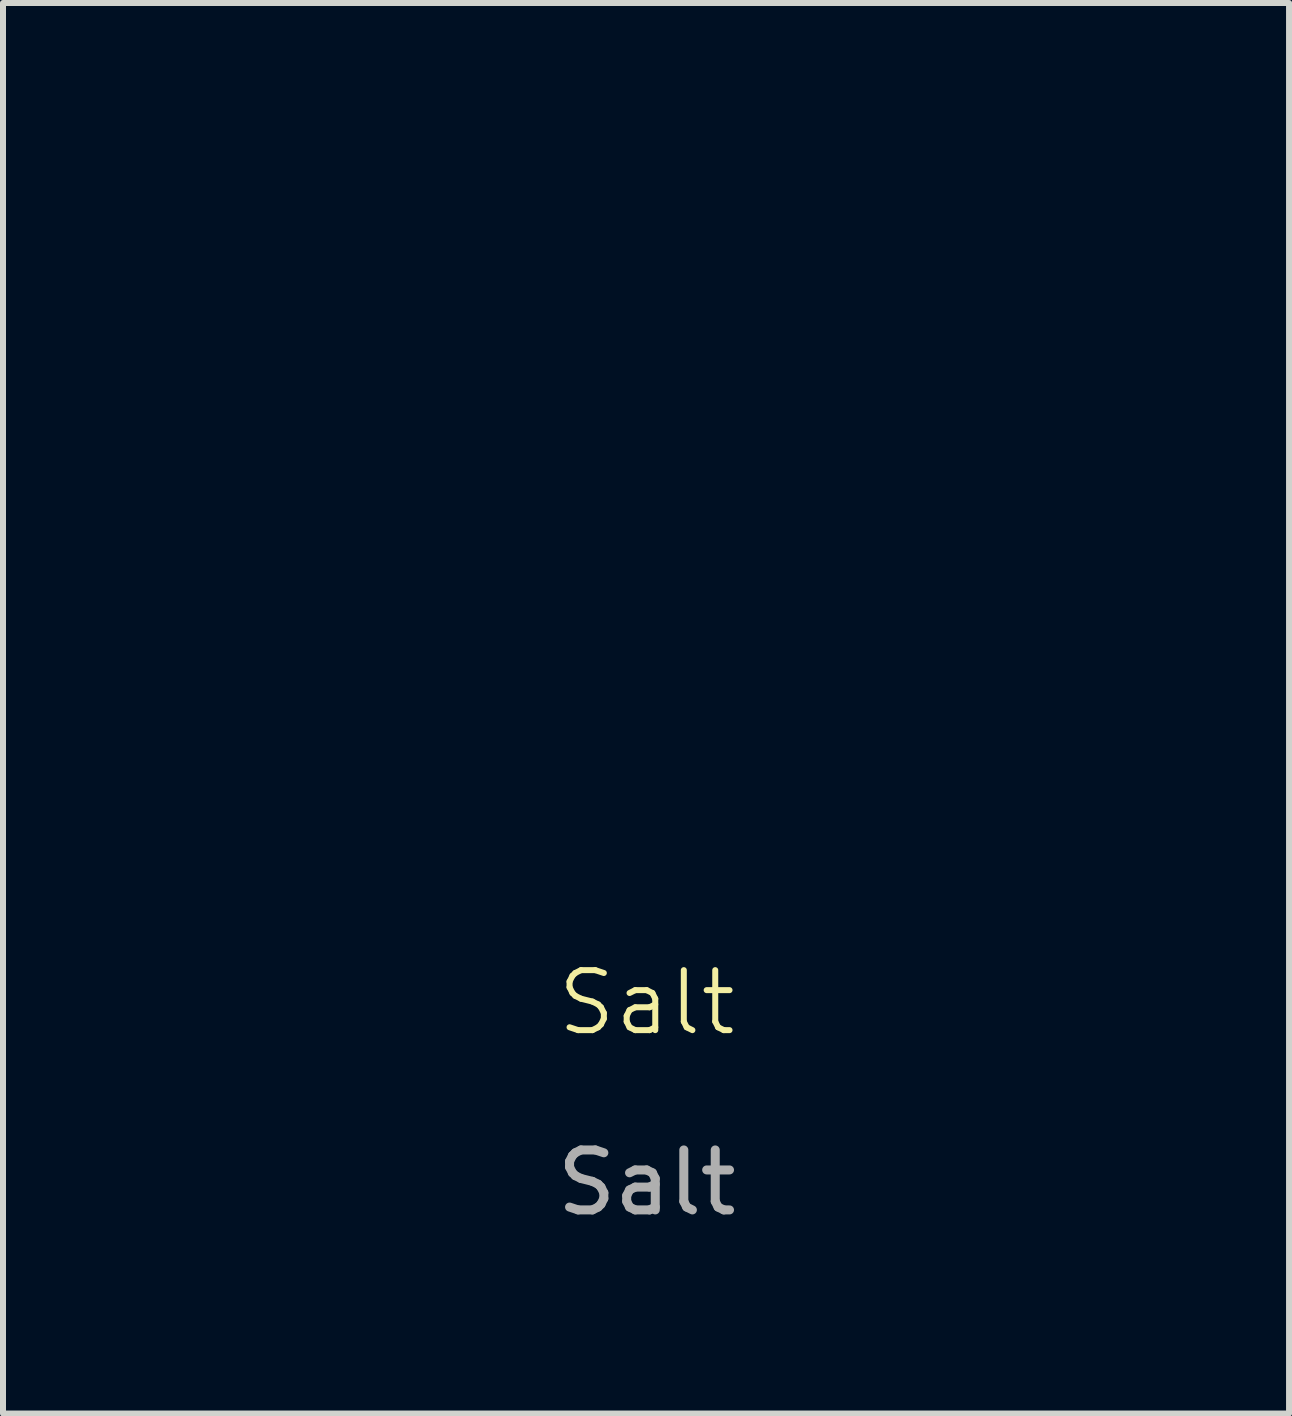
<source format=kicad_pcb>
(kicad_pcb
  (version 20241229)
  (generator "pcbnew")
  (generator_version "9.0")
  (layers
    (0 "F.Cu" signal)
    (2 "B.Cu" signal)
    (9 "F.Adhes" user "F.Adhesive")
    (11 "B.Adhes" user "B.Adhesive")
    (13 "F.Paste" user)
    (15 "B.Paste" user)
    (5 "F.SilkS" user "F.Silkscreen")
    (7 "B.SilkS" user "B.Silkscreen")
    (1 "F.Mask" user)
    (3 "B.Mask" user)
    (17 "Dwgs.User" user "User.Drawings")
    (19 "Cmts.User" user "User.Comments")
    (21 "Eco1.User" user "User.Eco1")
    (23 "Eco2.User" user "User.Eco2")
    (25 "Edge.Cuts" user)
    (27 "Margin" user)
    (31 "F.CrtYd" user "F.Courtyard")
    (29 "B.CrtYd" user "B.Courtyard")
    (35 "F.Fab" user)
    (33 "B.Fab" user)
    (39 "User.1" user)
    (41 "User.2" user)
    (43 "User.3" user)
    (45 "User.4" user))
  (footprint "Salt"
    (layer "F.Cu")
    (at 7.731 14.166)
    (property "Reference" "Salt" (at 0 -0.5 0) (unlocked yes) (layer "F.SilkS") (effects (font (size 1 1) (thickness 0.1))))
    (attr smd)
    (fp_poly (pts (xy -2.929 -13.587) (xy -2.907 -13.584) (xy -2.886 -13.58) (xy -2.866 -13.575) (xy -2.846 -13.568) (xy -2.828 -13.559) (xy -2.81 -13.55) (xy -2.793 -13.539) (xy -2.777 -13.527) (xy -2.763 -13.514) (xy -2.749 -13.5) (xy -2.736 -13.486) (xy -2.725 -13.47) (xy -2.715 -13.454) (xy -2.707 -13.437) (xy -2.7 -13.42) (xy -2.694 -13.402) (xy -2.69 -13.384) (xy -2.687 -13.365) (xy -2.686 -13.346) (xy -2.686 -13.327) (xy -2.689 -13.308) (xy -2.693 -13.29) (xy -2.698 -13.271) (xy -2.706 -13.252) (xy -2.716 -13.234) (xy -2.728 -13.216) (xy -2.741 -13.198) (xy -2.757 -13.181) (xy -2.765 -13.173) (xy -2.774 -13.166) (xy -2.783 -13.159) (xy -2.793 -13.153) (xy -2.804 -13.147) (xy -2.814 -13.141) (xy -2.837 -13.132) (xy -2.861 -13.124) (xy -2.886 -13.119) (xy -2.912 -13.115) (xy -2.938 -13.113) (xy -2.965 -13.113) (xy -2.992 -13.115) (xy -3.018 -13.119) (xy -3.044 -13.124) (xy -3.07 -13.132) (xy -3.094 -13.142) (xy -3.105 -13.147) (xy -3.117 -13.153) (xy -3.128 -13.16) (xy -3.138 -13.167) (xy -3.152 -13.177) (xy -3.164 -13.188) (xy -3.175 -13.2) (xy -3.185 -13.213) (xy -3.193 -13.226) (xy -3.201 -13.24) (xy -3.207 -13.254) (xy -3.212 -13.269) (xy -3.215 -13.284) (xy -3.218 -13.299) (xy -3.22 -13.315) (xy -3.22 -13.331) (xy -3.219 -13.347) (xy -3.217 -13.363) (xy -3.215 -13.378) (xy -3.211 -13.394) (xy -3.206 -13.41) (xy -3.2 -13.425) (xy -3.193 -13.44) (xy -3.185 -13.455) (xy -3.176 -13.469) (xy -3.167 -13.483) (xy -3.156 -13.496) (xy -3.144 -13.509) (xy -3.132 -13.521) (xy -3.119 -13.532) (xy -3.105 -13.542) (xy -3.09 -13.552) (xy -3.074 -13.56) (xy -3.057 -13.568) (xy -3.04 -13.574) (xy -3.022 -13.579) (xy -2.998 -13.584) (xy -2.974 -13.587) (xy -2.951 -13.588)) (stroke (width -0.000001) (type solid)) (fill yes) (layer "F.Mask"))
    (fp_poly (pts (xy 2.058 -2.784) (xy 2.081 -2.782) (xy 2.103 -2.778) (xy 2.125 -2.772) (xy 2.146 -2.764) (xy 2.166 -2.756) (xy 2.185 -2.746) (xy 2.202 -2.734) (xy 2.219 -2.722) (xy 2.235 -2.708) (xy 2.25 -2.693) (xy 2.263 -2.677) (xy 2.276 -2.66) (xy 2.287 -2.643) (xy 2.297 -2.625) (xy 2.305 -2.606) (xy 2.312 -2.586) (xy 2.318 -2.566) (xy 2.322 -2.545) (xy 2.324 -2.524) (xy 2.325 -2.503) (xy 2.325 -2.482) (xy 2.322 -2.46) (xy 2.318 -2.439) (xy 2.313 -2.417) (xy 2.305 -2.395) (xy 2.296 -2.374) (xy 2.284 -2.353) (xy 2.271 -2.332) (xy 2.256 -2.312) (xy 2.24 -2.294) (xy 2.224 -2.279) (xy 2.206 -2.266) (xy 2.188 -2.255) (xy 2.168 -2.245) (xy 2.148 -2.238) (xy 2.128 -2.233) (xy 2.107 -2.229) (xy 2.085 -2.227) (xy 2.064 -2.227) (xy 2.042 -2.228) (xy 2.02 -2.231) (xy 1.999 -2.236) (xy 1.977 -2.242) (xy 1.957 -2.249) (xy 1.936 -2.258) (xy 1.916 -2.268) (xy 1.897 -2.279) (xy 1.879 -2.292) (xy 1.862 -2.305) (xy 1.846 -2.32) (xy 1.831 -2.336) (xy 1.817 -2.353) (xy 1.805 -2.37) (xy 1.794 -2.389) (xy 1.785 -2.408) (xy 1.778 -2.428) (xy 1.773 -2.449) (xy 1.769 -2.47) (xy 1.768 -2.492) (xy 1.769 -2.515) (xy 1.773 -2.538) (xy 1.779 -2.562) (xy 1.786 -2.586) (xy 1.794 -2.609) (xy 1.803 -2.63) (xy 1.814 -2.651) (xy 1.819 -2.66) (xy 1.825 -2.67) (xy 1.831 -2.679) (xy 1.837 -2.688) (xy 1.844 -2.696) (xy 1.851 -2.704) (xy 1.858 -2.712) (xy 1.865 -2.719) (xy 1.872 -2.726) (xy 1.88 -2.733) (xy 1.888 -2.739) (xy 1.896 -2.745) (xy 1.904 -2.751) (xy 1.912 -2.756) (xy 1.921 -2.76) (xy 1.929 -2.765) (xy 1.938 -2.769) (xy 1.947 -2.772) (xy 1.956 -2.775) (xy 1.965 -2.777) (xy 1.975 -2.779) (xy 1.984 -2.781) (xy 2.009 -2.784) (xy 2.034 -2.785)) (stroke (width -0.000001) (type solid)) (fill yes) (layer "F.Mask"))
    (fp_poly (pts (xy -3.685 -8.047) (xy -2.821 -8.026) (xy -2.496 -8.013) (xy -2.298 -7.998) (xy -2.146 -7.977) (xy -1.992 -7.952) (xy -1.842 -7.923) (xy -1.701 -7.891) (xy -1.574 -7.859) (xy -1.517 -7.843) (xy -1.465 -7.826) (xy -1.419 -7.81) (xy -1.379 -7.795) (xy -1.346 -7.78) (xy -1.321 -7.766) (xy -1.309 -7.757) (xy -1.299 -7.749) (xy -1.289 -7.741) (xy -1.28 -7.732) (xy -1.271 -7.724) (xy -1.264 -7.715) (xy -1.258 -7.707) (xy -1.252 -7.698) (xy -1.248 -7.689) (xy -1.244 -7.681) (xy -1.241 -7.672) (xy -1.24 -7.664) (xy -1.239 -7.655) (xy -1.239 -7.646) (xy -1.24 -7.638) (xy -1.241 -7.629) (xy -1.244 -7.621) (xy -1.248 -7.612) (xy -1.252 -7.604) (xy -1.258 -7.596) (xy -1.264 -7.587) (xy -1.271 -7.579) (xy -1.279 -7.571) (xy -1.288 -7.563) (xy -1.298 -7.555) (xy -1.309 -7.547) (xy -1.32 -7.539) (xy -1.333 -7.531) (xy -1.346 -7.523) (xy -1.36 -7.516) (xy -1.376 -7.508) (xy -1.392 -7.501) (xy -1.474 -7.47) (xy -1.576 -7.441) (xy -1.698 -7.414) (xy -1.838 -7.388) (xy -2.166 -7.344) (xy -2.552 -7.308) (xy -2.984 -7.282) (xy -3.455 -7.266) (xy -3.952 -7.261) (xy -4.468 -7.268) (xy -4.737 -7.276) (xy -4.99 -7.286) (xy -5.225 -7.298) (xy -5.443 -7.312) (xy -5.644 -7.329) (xy -5.828 -7.348) (xy -5.994 -7.368) (xy -6.144 -7.391) (xy -6.276 -7.416) (xy -6.39 -7.443) (xy -6.441 -7.458) (xy -6.487 -7.473) (xy -6.529 -7.488) (xy -6.566 -7.504) (xy -6.6 -7.52) (xy -6.628 -7.537) (xy -6.653 -7.555) (xy -6.673 -7.573) (xy -6.688 -7.591) (xy -6.699 -7.61) (xy -6.706 -7.629) (xy -6.708 -7.649) (xy -6.702 -7.682) (xy -6.683 -7.713) (xy -6.652 -7.744) (xy -6.608 -7.773) (xy -6.551 -7.801) (xy -6.482 -7.829) (xy -6.4 -7.855) (xy -6.306 -7.88) (xy -6.198 -7.904) (xy -6.078 -7.927) (xy -5.799 -7.97) (xy -5.468 -8.009) (xy -5.085 -8.044) (xy -4.882 -8.052) (xy -4.553 -8.055)) (stroke (width -0.000001) (type solid)) (fill yes) (layer "F.Mask"))
    (fp_poly (pts (xy -4.863 -13.537) (xy -4.844 -13.534) (xy -4.826 -13.531) (xy -4.808 -13.526) (xy -4.79 -13.521) (xy -4.773 -13.514) (xy -4.757 -13.506) (xy -4.741 -13.497) (xy -4.726 -13.488) (xy -4.712 -13.477) (xy -4.698 -13.465) (xy -4.686 -13.452) (xy -4.674 -13.439) (xy -4.664 -13.424) (xy -4.654 -13.409) (xy -4.646 -13.393) (xy -4.639 -13.376) (xy -4.634 -13.358) (xy -4.63 -13.34) (xy -4.628 -13.321) (xy -4.627 -13.301) (xy -4.627 -13.279) (xy -4.63 -13.258) (xy -4.633 -13.238) (xy -4.638 -13.218) (xy -4.643 -13.2) (xy -4.65 -13.182) (xy -4.659 -13.166) (xy -4.668 -13.15) (xy -4.678 -13.135) (xy -4.689 -13.121) (xy -4.701 -13.109) (xy -4.714 -13.097) (xy -4.728 -13.086) (xy -4.742 -13.076) (xy -4.757 -13.068) (xy -4.773 -13.06) (xy -4.789 -13.054) (xy -4.806 -13.049) (xy -4.823 -13.045) (xy -4.841 -13.042) (xy -4.858 -13.041) (xy -4.877 -13.041) (xy -4.895 -13.042) (xy -4.914 -13.044) (xy -4.933 -13.048) (xy -4.952 -13.053) (xy -4.971 -13.06) (xy -4.99 -13.068) (xy -5.009 -13.077) (xy -5.027 -13.088) (xy -5.046 -13.1) (xy -5.064 -13.114) (xy -5.075 -13.123) (xy -5.085 -13.132) (xy -5.094 -13.141) (xy -5.103 -13.151) (xy -5.111 -13.161) (xy -5.118 -13.171) (xy -5.125 -13.182) (xy -5.131 -13.193) (xy -5.136 -13.204) (xy -5.141 -13.215) (xy -5.145 -13.226) (xy -5.149 -13.238) (xy -5.151 -13.249) (xy -5.154 -13.261) (xy -5.155 -13.273) (xy -5.156 -13.284) (xy -5.156 -13.296) (xy -5.156 -13.308) (xy -5.154 -13.32) (xy -5.153 -13.332) (xy -5.15 -13.343) (xy -5.147 -13.355) (xy -5.143 -13.367) (xy -5.139 -13.378) (xy -5.133 -13.39) (xy -5.128 -13.401) (xy -5.121 -13.412) (xy -5.114 -13.422) (xy -5.106 -13.433) (xy -5.097 -13.443) (xy -5.088 -13.453) (xy -5.078 -13.463) (xy -5.062 -13.477) (xy -5.046 -13.489) (xy -5.029 -13.5) (xy -5.011 -13.509) (xy -4.993 -13.517) (xy -4.975 -13.524) (xy -4.957 -13.529) (xy -4.938 -13.533) (xy -4.919 -13.536) (xy -4.9 -13.538) (xy -4.881 -13.538)) (stroke (width -0.000001) (type solid)) (fill yes) (layer "F.Mask"))
    (fp_poly (pts (xy 4.875 -13.565) (xy 4.893 -13.564) (xy 4.911 -13.561) (xy 4.928 -13.558) (xy 4.945 -13.553) (xy 4.961 -13.547) (xy 4.977 -13.54) (xy 4.992 -13.532) (xy 5.007 -13.523) (xy 5.021 -13.513) (xy 5.034 -13.502) (xy 5.046 -13.49) (xy 5.057 -13.477) (xy 5.068 -13.464) (xy 5.077 -13.449) (xy 5.086 -13.433) (xy 5.093 -13.417) (xy 5.099 -13.399) (xy 5.104 -13.381) (xy 5.107 -13.362) (xy 5.109 -13.342) (xy 5.11 -13.322) (xy 5.109 -13.301) (xy 5.107 -13.28) (xy 5.103 -13.261) (xy 5.098 -13.242) (xy 5.091 -13.225) (xy 5.083 -13.208) (xy 5.074 -13.192) (xy 5.064 -13.177) (xy 5.053 -13.162) (xy 5.041 -13.149) (xy 5.028 -13.137) (xy 5.014 -13.126) (xy 4.999 -13.116) (xy 4.984 -13.107) (xy 4.968 -13.1) (xy 4.952 -13.093) (xy 4.935 -13.088) (xy 4.917 -13.083) (xy 4.899 -13.08) (xy 4.881 -13.079) (xy 4.863 -13.078) (xy 4.845 -13.079) (xy 4.826 -13.081) (xy 4.808 -13.084) (xy 4.789 -13.089) (xy 4.771 -13.095) (xy 4.753 -13.103) (xy 4.735 -13.112) (xy 4.718 -13.122) (xy 4.701 -13.135) (xy 4.685 -13.148) (xy 4.669 -13.163) (xy 4.658 -13.174) (xy 4.649 -13.184) (xy 4.639 -13.195) (xy 4.631 -13.206) (xy 4.623 -13.217) (xy 4.616 -13.228) (xy 4.61 -13.239) (xy 4.604 -13.25) (xy 4.599 -13.261) (xy 4.595 -13.272) (xy 4.591 -13.283) (xy 4.588 -13.294) (xy 4.586 -13.304) (xy 4.584 -13.315) (xy 4.584 -13.326) (xy 4.583 -13.337) (xy 4.584 -13.348) (xy 4.585 -13.358) (xy 4.587 -13.369) (xy 4.59 -13.379) (xy 4.593 -13.39) (xy 4.597 -13.4) (xy 4.601 -13.41) (xy 4.606 -13.42) (xy 4.612 -13.43) (xy 4.619 -13.44) (xy 4.626 -13.449) (xy 4.634 -13.459) (xy 4.643 -13.468) (xy 4.652 -13.477) (xy 4.662 -13.486) (xy 4.672 -13.495) (xy 4.69 -13.508) (xy 4.708 -13.52) (xy 4.726 -13.53) (xy 4.745 -13.539) (xy 4.764 -13.547) (xy 4.782 -13.553) (xy 4.801 -13.558) (xy 4.82 -13.562) (xy 4.838 -13.564) (xy 4.857 -13.565)) (stroke (width -0.000001) (type solid)) (fill yes) (layer "F.Mask"))
    (fp_poly (pts (xy 6.016 -3.091) (xy 6.023 -3.09) (xy 6.03 -3.087) (xy 6.038 -3.085) (xy 6.047 -3.081) (xy 6.056 -3.076) (xy 6.065 -3.071) (xy 6.075 -3.066) (xy 6.084 -3.06) (xy 6.094 -3.053) (xy 6.104 -3.046) (xy 6.114 -3.038) (xy 6.123 -3.03) (xy 6.133 -3.021) (xy 6.142 -3.012) (xy 6.151 -3.003) (xy 6.165 -2.988) (xy 6.179 -2.971) (xy 6.191 -2.955) (xy 6.201 -2.938) (xy 6.21 -2.92) (xy 6.218 -2.902) (xy 6.225 -2.884) (xy 6.23 -2.866) (xy 6.234 -2.847) (xy 6.236 -2.829) (xy 6.238 -2.811) (xy 6.238 -2.792) (xy 6.237 -2.774) (xy 6.235 -2.756) (xy 6.231 -2.739) (xy 6.227 -2.722) (xy 6.221 -2.705) (xy 6.215 -2.689) (xy 6.207 -2.674) (xy 6.198 -2.659) (xy 6.188 -2.645) (xy 6.178 -2.632) (xy 6.166 -2.62) (xy 6.153 -2.608) (xy 6.139 -2.598) (xy 6.125 -2.589) (xy 6.11 -2.581) (xy 6.093 -2.574) (xy 6.076 -2.569) (xy 6.058 -2.565) (xy 6.04 -2.563) (xy 6.02 -2.562) (xy 5.998 -2.563) (xy 5.977 -2.565) (xy 5.958 -2.569) (xy 5.938 -2.574) (xy 5.92 -2.58) (xy 5.903 -2.588) (xy 5.887 -2.597) (xy 5.872 -2.607) (xy 5.858 -2.618) (xy 5.845 -2.63) (xy 5.833 -2.642) (xy 5.822 -2.656) (xy 5.812 -2.671) (xy 5.803 -2.686) (xy 5.796 -2.702) (xy 5.789 -2.718) (xy 5.784 -2.735) (xy 5.78 -2.752) (xy 5.778 -2.77) (xy 5.777 -2.788) (xy 5.777 -2.806) (xy 5.778 -2.824) (xy 5.78 -2.843) (xy 5.784 -2.861) (xy 5.79 -2.88) (xy 5.797 -2.898) (xy 5.805 -2.917) (xy 5.815 -2.935) (xy 5.826 -2.952) (xy 5.838 -2.97) (xy 5.853 -2.987) (xy 5.868 -3.003) (xy 5.877 -3.012) (xy 5.886 -3.021) (xy 5.896 -3.03) (xy 5.905 -3.038) (xy 5.915 -3.046) (xy 5.925 -3.053) (xy 5.935 -3.06) (xy 5.944 -3.066) (xy 5.954 -3.071) (xy 5.963 -3.076) (xy 5.972 -3.081) (xy 5.981 -3.085) (xy 5.989 -3.087) (xy 5.996 -3.09) (xy 6.003 -3.091) (xy 6.006 -3.091) (xy 6.009 -3.091)) (stroke (width -0.000001) (type solid)) (fill yes) (layer "F.Mask"))
    (fp_poly (pts (xy 2.955 -13.498) (xy 2.976 -13.496) (xy 2.997 -13.492) (xy 3.016 -13.488) (xy 3.035 -13.482) (xy 3.053 -13.476) (xy 3.07 -13.468) (xy 3.086 -13.459) (xy 3.102 -13.45) (xy 3.116 -13.44) (xy 3.129 -13.428) (xy 3.142 -13.416) (xy 3.153 -13.404) (xy 3.163 -13.391) (xy 3.173 -13.377) (xy 3.181 -13.362) (xy 3.188 -13.348) (xy 3.193 -13.333) (xy 3.198 -13.317) (xy 3.201 -13.301) (xy 3.203 -13.285) (xy 3.204 -13.269) (xy 3.204 -13.253) (xy 3.202 -13.236) (xy 3.198 -13.22) (xy 3.194 -13.204) (xy 3.188 -13.188) (xy 3.18 -13.171) (xy 3.171 -13.156) (xy 3.16 -13.14) (xy 3.148 -13.125) (xy 3.134 -13.11) (xy 3.119 -13.095) (xy 3.103 -13.082) (xy 3.088 -13.07) (xy 3.073 -13.06) (xy 3.057 -13.052) (xy 3.041 -13.045) (xy 3.024 -13.04) (xy 3.006 -13.036) (xy 2.987 -13.034) (xy 2.966 -13.033) (xy 2.943 -13.034) (xy 2.919 -13.036) (xy 2.892 -13.039) (xy 2.862 -13.044) (xy 2.831 -13.05) (xy 2.796 -13.057) (xy 2.786 -13.06) (xy 2.776 -13.064) (xy 2.766 -13.068) (xy 2.757 -13.073) (xy 2.748 -13.079) (xy 2.74 -13.085) (xy 2.731 -13.093) (xy 2.723 -13.1) (xy 2.716 -13.109) (xy 2.709 -13.117) (xy 2.702 -13.127) (xy 2.696 -13.136) (xy 2.69 -13.147) (xy 2.685 -13.157) (xy 2.675 -13.179) (xy 2.668 -13.202) (xy 2.662 -13.226) (xy 2.659 -13.25) (xy 2.658 -13.262) (xy 2.658 -13.274) (xy 2.659 -13.286) (xy 2.66 -13.297) (xy 2.661 -13.309) (xy 2.664 -13.321) (xy 2.667 -13.332) (xy 2.67 -13.343) (xy 2.674 -13.354) (xy 2.679 -13.364) (xy 2.683 -13.372) (xy 2.688 -13.38) (xy 2.693 -13.389) (xy 2.698 -13.397) (xy 2.703 -13.405) (xy 2.709 -13.413) (xy 2.714 -13.42) (xy 2.72 -13.428) (xy 2.725 -13.435) (xy 2.731 -13.442) (xy 2.736 -13.448) (xy 2.742 -13.454) (xy 2.747 -13.459) (xy 2.752 -13.463) (xy 2.756 -13.467) (xy 2.76 -13.47) (xy 2.765 -13.473) (xy 2.771 -13.475) (xy 2.778 -13.478) (xy 2.786 -13.48) (xy 2.795 -13.483) (xy 2.805 -13.485) (xy 2.827 -13.489) (xy 2.852 -13.493) (xy 2.878 -13.496) (xy 2.905 -13.498) (xy 2.919 -13.498) (xy 2.933 -13.498)) (stroke (width -0.000001) (type solid)) (fill yes) (layer "F.Mask"))
    (fp_poly (pts (xy -3.904 -13.767) (xy -3.891 -13.766) (xy -3.88 -13.765) (xy -3.868 -13.763) (xy -3.849 -13.759) (xy -3.83 -13.754) (xy -3.812 -13.748) (xy -3.795 -13.741) (xy -3.779 -13.733) (xy -3.764 -13.725) (xy -3.75 -13.716) (xy -3.736 -13.706) (xy -3.723 -13.696) (xy -3.712 -13.685) (xy -3.701 -13.673) (xy -3.691 -13.661) (xy -3.683 -13.649) (xy -3.675 -13.636) (xy -3.668 -13.623) (xy -3.662 -13.609) (xy -3.658 -13.595) (xy -3.654 -13.581) (xy -3.651 -13.566) (xy -3.65 -13.552) (xy -3.65 -13.537) (xy -3.65 -13.522) (xy -3.652 -13.507) (xy -3.655 -13.493) (xy -3.66 -13.478) (xy -3.665 -13.463) (xy -3.672 -13.448) (xy -3.68 -13.434) (xy -3.689 -13.42) (xy -3.699 -13.406) (xy -3.711 -13.392) (xy -3.724 -13.378) (xy -3.74 -13.363) (xy -3.756 -13.35) (xy -3.773 -13.337) (xy -3.79 -13.327) (xy -3.808 -13.317) (xy -3.826 -13.309) (xy -3.845 -13.302) (xy -3.863 -13.297) (xy -3.882 -13.293) (xy -3.9 -13.29) (xy -3.919 -13.289) (xy -3.937 -13.289) (xy -3.955 -13.289) (xy -3.973 -13.292) (xy -3.991 -13.295) (xy -4.008 -13.299) (xy -4.025 -13.305) (xy -4.041 -13.312) (xy -4.056 -13.32) (xy -4.071 -13.328) (xy -4.085 -13.338) (xy -4.098 -13.349) (xy -4.111 -13.361) (xy -4.122 -13.374) (xy -4.132 -13.388) (xy -4.141 -13.402) (xy -4.149 -13.418) (xy -4.156 -13.435) (xy -4.161 -13.452) (xy -4.165 -13.47) (xy -4.167 -13.489) (xy -4.168 -13.509) (xy -4.168 -13.532) (xy -4.167 -13.554) (xy -4.165 -13.574) (xy -4.164 -13.583) (xy -4.163 -13.592) (xy -4.161 -13.6) (xy -4.159 -13.609) (xy -4.157 -13.616) (xy -4.155 -13.624) (xy -4.153 -13.631) (xy -4.15 -13.638) (xy -4.147 -13.645) (xy -4.143 -13.651) (xy -4.14 -13.658) (xy -4.136 -13.664) (xy -4.132 -13.67) (xy -4.127 -13.675) (xy -4.122 -13.681) (xy -4.117 -13.686) (xy -4.112 -13.692) (xy -4.106 -13.697) (xy -4.099 -13.702) (xy -4.093 -13.707) (xy -4.078 -13.717) (xy -4.062 -13.728) (xy -4.045 -13.738) (xy -4.037 -13.743) (xy -4.028 -13.747) (xy -4.019 -13.751) (xy -4.009 -13.754) (xy -3.999 -13.757) (xy -3.988 -13.76) (xy -3.976 -13.762) (xy -3.964 -13.764) (xy -3.952 -13.765) (xy -3.94 -13.766) (xy -3.928 -13.767) (xy -3.916 -13.767)) (stroke (width -0.000001) (type solid)) (fill yes) (layer "F.Mask"))
    (fp_poly (pts (xy 3.915 -13.744) (xy 3.934 -13.743) (xy 3.953 -13.74) (xy 3.971 -13.735) (xy 3.989 -13.73) (xy 4.006 -13.724) (xy 4.023 -13.717) (xy 4.039 -13.708) (xy 4.055 -13.699) (xy 4.069 -13.688) (xy 4.083 -13.677) (xy 4.096 -13.664) (xy 4.108 -13.651) (xy 4.119 -13.637) (xy 4.129 -13.622) (xy 4.137 -13.606) (xy 4.144 -13.59) (xy 4.15 -13.572) (xy 4.154 -13.554) (xy 4.157 -13.535) (xy 4.157 -13.516) (xy 4.157 -13.505) (xy 4.156 -13.494) (xy 4.154 -13.483) (xy 4.151 -13.471) (xy 4.147 -13.46) (xy 4.143 -13.448) (xy 4.138 -13.437) (xy 4.133 -13.425) (xy 4.126 -13.414) (xy 4.12 -13.403) (xy 4.105 -13.381) (xy 4.088 -13.36) (xy 4.07 -13.34) (xy 4.05 -13.321) (xy 4.029 -13.304) (xy 4.008 -13.289) (xy 3.997 -13.283) (xy 3.986 -13.276) (xy 3.975 -13.271) (xy 3.964 -13.266) (xy 3.953 -13.262) (xy 3.942 -13.258) (xy 3.932 -13.255) (xy 3.921 -13.253) (xy 3.91 -13.252) (xy 3.9 -13.251) (xy 3.888 -13.252) (xy 3.876 -13.253) (xy 3.864 -13.255) (xy 3.852 -13.257) (xy 3.84 -13.26) (xy 3.828 -13.264) (xy 3.816 -13.268) (xy 3.804 -13.273) (xy 3.792 -13.278) (xy 3.781 -13.284) (xy 3.769 -13.291) (xy 3.758 -13.297) (xy 3.747 -13.305) (xy 3.737 -13.312) (xy 3.726 -13.321) (xy 3.716 -13.329) (xy 3.707 -13.338) (xy 3.698 -13.347) (xy 3.689 -13.356) (xy 3.681 -13.366) (xy 3.673 -13.376) (xy 3.666 -13.386) (xy 3.659 -13.396) (xy 3.653 -13.406) (xy 3.647 -13.417) (xy 3.642 -13.427) (xy 3.638 -13.438) (xy 3.635 -13.449) (xy 3.632 -13.459) (xy 3.63 -13.47) (xy 3.629 -13.481) (xy 3.628 -13.491) (xy 3.629 -13.501) (xy 3.63 -13.511) (xy 3.632 -13.522) (xy 3.634 -13.533) (xy 3.638 -13.544) (xy 3.642 -13.556) (xy 3.646 -13.567) (xy 3.651 -13.579) (xy 3.657 -13.591) (xy 3.663 -13.602) (xy 3.669 -13.614) (xy 3.676 -13.625) (xy 3.683 -13.635) (xy 3.69 -13.646) (xy 3.698 -13.655) (xy 3.706 -13.664) (xy 3.721 -13.679) (xy 3.736 -13.692) (xy 3.752 -13.703) (xy 3.769 -13.713) (xy 3.786 -13.722) (xy 3.804 -13.729) (xy 3.822 -13.735) (xy 3.84 -13.739) (xy 3.859 -13.742) (xy 3.878 -13.744) (xy 3.897 -13.745)) (stroke (width -0.000001) (type solid)) (fill yes) (layer "F.Mask"))
    (fp_poly (pts (xy 3.279 -4.533) (xy 3.286 -4.532) (xy 3.301 -4.528) (xy 3.317 -4.522) (xy 3.336 -4.513) (xy 3.357 -4.503) (xy 3.381 -4.49) (xy 3.407 -4.474) (xy 3.437 -4.456) (xy 3.469 -4.435) (xy 3.525 -4.404) (xy 3.582 -4.377) (xy 3.643 -4.354) (xy 3.705 -4.336) (xy 3.768 -4.321) (xy 3.833 -4.312) (xy 3.898 -4.306) (xy 3.963 -4.305) (xy 4.027 -4.309) (xy 4.091 -4.316) (xy 4.153 -4.328) (xy 4.214 -4.345) (xy 4.272 -4.365) (xy 4.328 -4.39) (xy 4.354 -4.404) (xy 4.38 -4.42) (xy 4.405 -4.436) (xy 4.429 -4.453) (xy 4.452 -4.47) (xy 4.474 -4.486) (xy 4.484 -4.492) (xy 4.493 -4.499) (xy 4.502 -4.504) (xy 4.51 -4.51) (xy 4.519 -4.514) (xy 4.526 -4.518) (xy 4.534 -4.522) (xy 4.541 -4.525) (xy 4.548 -4.527) (xy 4.555 -4.53) (xy 4.561 -4.531) (xy 4.567 -4.532) (xy 4.573 -4.533) (xy 4.579 -4.532) (xy 4.584 -4.532) (xy 4.59 -4.531) (xy 4.595 -4.529) (xy 4.601 -4.527) (xy 4.606 -4.525) (xy 4.611 -4.522) (xy 4.616 -4.519) (xy 4.622 -4.515) (xy 4.627 -4.51) (xy 4.632 -4.505) (xy 4.638 -4.5) (xy 4.643 -4.494) (xy 4.655 -4.481) (xy 4.662 -4.472) (xy 4.667 -4.464) (xy 4.669 -4.46) (xy 4.671 -4.456) (xy 4.673 -4.452) (xy 4.674 -4.448) (xy 4.675 -4.444) (xy 4.675 -4.44) (xy 4.676 -4.437) (xy 4.675 -4.433) (xy 4.675 -4.429) (xy 4.674 -4.425) (xy 4.672 -4.421) (xy 4.671 -4.417) (xy 4.669 -4.413) (xy 4.666 -4.408) (xy 4.663 -4.404) (xy 4.659 -4.399) (xy 4.651 -4.39) (xy 4.641 -4.379) (xy 4.629 -4.368) (xy 4.615 -4.355) (xy 4.599 -4.341) (xy 4.581 -4.326) (xy 4.523 -4.283) (xy 4.461 -4.246) (xy 4.395 -4.213) (xy 4.325 -4.184) (xy 4.252 -4.161) (xy 4.177 -4.143) (xy 4.1 -4.129) (xy 4.021 -4.121) (xy 3.942 -4.118) (xy 3.863 -4.12) (xy 3.784 -4.127) (xy 3.706 -4.139) (xy 3.63 -4.157) (xy 3.556 -4.18) (xy 3.485 -4.208) (xy 3.417 -4.241) (xy 3.382 -4.261) (xy 3.351 -4.279) (xy 3.323 -4.296) (xy 3.299 -4.312) (xy 3.288 -4.319) (xy 3.278 -4.327) (xy 3.268 -4.334) (xy 3.26 -4.342) (xy 3.252 -4.349) (xy 3.244 -4.356) (xy 3.238 -4.363) (xy 3.232 -4.37) (xy 3.227 -4.377) (xy 3.222 -4.383) (xy 3.218 -4.39) (xy 3.215 -4.397) (xy 3.212 -4.404) (xy 3.21 -4.411) (xy 3.209 -4.418) (xy 3.208 -4.424) (xy 3.207 -4.432) (xy 3.208 -4.439) (xy 3.208 -4.446) (xy 3.209 -4.453) (xy 3.211 -4.461) (xy 3.213 -4.469) (xy 3.216 -4.477) (xy 3.219 -4.485) (xy 3.224 -4.498) (xy 3.23 -4.509) (xy 3.237 -4.518) (xy 3.24 -4.522) (xy 3.244 -4.525) (xy 3.248 -4.527) (xy 3.253 -4.53) (xy 3.257 -4.531) (xy 3.262 -4.532) (xy 3.268 -4.533) (xy 3.273 -4.533)) (stroke (width -0.000001) (type solid)) (fill yes) (layer "F.Mask"))
    (fp_poly (pts (xy 2.408 -6.119) (xy 2.453 -6.114) (xy 2.497 -6.107) (xy 2.541 -6.096) (xy 2.584 -6.083) (xy 2.626 -6.068) (xy 2.668 -6.05) (xy 2.708 -6.03) (xy 2.747 -6.007) (xy 2.784 -5.982) (xy 2.82 -5.955) (xy 2.855 -5.927) (xy 2.888 -5.896) (xy 2.919 -5.863) (xy 2.947 -5.829) (xy 2.974 -5.792) (xy 2.999 -5.755) (xy 3.021 -5.715) (xy 3.041 -5.674) (xy 3.058 -5.632) (xy 3.072 -5.588) (xy 3.083 -5.543) (xy 3.092 -5.497) (xy 3.097 -5.45) (xy 3.099 -5.402) (xy 3.097 -5.335) (xy 3.09 -5.27) (xy 3.079 -5.208) (xy 3.064 -5.149) (xy 3.044 -5.091) (xy 3.021 -5.037) (xy 2.994 -4.986) (xy 2.964 -4.937) (xy 2.93 -4.891) (xy 2.894 -4.848) (xy 2.855 -4.809) (xy 2.814 -4.773) (xy 2.77 -4.74) (xy 2.724 -4.71) (xy 2.676 -4.684) (xy 2.627 -4.662) (xy 2.577 -4.643) (xy 2.525 -4.629) (xy 2.472 -4.618) (xy 2.419 -4.611) (xy 2.365 -4.608) (xy 2.311 -4.609) (xy 2.256 -4.614) (xy 2.202 -4.624) (xy 2.148 -4.638) (xy 2.095 -4.657) (xy 2.043 -4.68) (xy 1.991 -4.708) (xy 1.941 -4.741) (xy 1.893 -4.779) (xy 1.846 -4.822) (xy 1.801 -4.869) (xy 1.772 -4.904) (xy 1.746 -4.941) (xy 1.722 -4.978) (xy 1.701 -5.017) (xy 1.683 -5.056) (xy 1.667 -5.096) (xy 1.653 -5.137) (xy 1.644 -5.169) (xy 1.9 -5.169) (xy 1.901 -5.151) (xy 1.904 -5.132) (xy 1.909 -5.114) (xy 1.917 -5.095) (xy 1.926 -5.077) (xy 1.937 -5.059) (xy 1.949 -5.041) (xy 1.963 -5.024) (xy 1.979 -5.007) (xy 1.996 -4.99) (xy 2.033 -4.959) (xy 2.074 -4.93) (xy 2.118 -4.904) (xy 2.165 -4.882) (xy 2.213 -4.863) (xy 2.262 -4.849) (xy 2.286 -4.843) (xy 2.31 -4.839) (xy 2.334 -4.837) (xy 2.358 -4.835) (xy 2.381 -4.835) (xy 2.403 -4.837) (xy 2.425 -4.84) (xy 2.446 -4.844) (xy 2.466 -4.851) (xy 2.485 -4.859) (xy 2.505 -4.87) (xy 2.524 -4.881) (xy 2.541 -4.892) (xy 2.557 -4.903) (xy 2.571 -4.915) (xy 2.583 -4.926) (xy 2.595 -4.938) (xy 2.604 -4.95) (xy 2.613 -4.962) (xy 2.62 -4.973) (xy 2.625 -4.985) (xy 2.629 -4.997) (xy 2.632 -5.008) (xy 2.633 -5.019) (xy 2.633 -5.03) (xy 2.631 -5.04) (xy 2.628 -5.051) (xy 2.624 -5.061) (xy 2.618 -5.07) (xy 2.611 -5.079) (xy 2.603 -5.088) (xy 2.593 -5.096) (xy 2.582 -5.103) (xy 2.57 -5.11) (xy 2.556 -5.116) (xy 2.542 -5.121) (xy 2.525 -5.126) (xy 2.508 -5.13) (xy 2.489 -5.133) (xy 2.469 -5.136) (xy 2.448 -5.137) (xy 2.425 -5.137) (xy 2.41 -5.138) (xy 2.394 -5.139) (xy 2.378 -5.141) (xy 2.361 -5.143) (xy 2.343 -5.146) (xy 2.325 -5.15) (xy 2.307 -5.154) (xy 2.289 -5.158) (xy 2.27 -5.163) (xy 2.253 -5.169) (xy 2.235 -5.174) (xy 2.218 -5.181) (xy 2.201 -5.187) (xy 2.186 -5.194) (xy 2.171 -5.201) (xy 2.157 -5.208) (xy 2.123 -5.225) (xy 2.107 -5.233) (xy 2.091 -5.24) (xy 2.077 -5.247) (xy 2.063 -5.252) (xy 2.049 -5.257) (xy 2.037 -5.262) (xy 2.024 -5.266) (xy 2.013 -5.269) (xy 2.002 -5.272) (xy 1.992 -5.274) (xy 1.982 -5.275) (xy 1.973 -5.275) (xy 1.965 -5.275) (xy 1.957 -5.275) (xy 1.95 -5.273) (xy 1.943 -5.271) (xy 1.937 -5.268) (xy 1.931 -5.265) (xy 1.926 -5.261) (xy 1.921 -5.256) (xy 1.917 -5.25) (xy 1.913 -5.244) (xy 1.91 -5.237) (xy 1.907 -5.23) (xy 1.905 -5.221) (xy 1.903 -5.212) (xy 1.901 -5.203) (xy 1.9 -5.192) (xy 1.9 -5.181) (xy 1.9 -5.169) (xy 1.644 -5.169) (xy 1.642 -5.178) (xy 1.633 -5.22) (xy 1.627 -5.262) (xy 1.623 -5.304) (xy 1.622 -5.347) (xy 1.622 -5.389) (xy 1.626 -5.432) (xy 1.631 -5.474) (xy 1.639 -5.516) (xy 1.648 -5.557) (xy 1.661 -5.598) (xy 1.675 -5.638) (xy 1.691 -5.678) (xy 1.71 -5.716) (xy 1.73 -5.754) (xy 1.753 -5.791) (xy 1.778 -5.826) (xy 1.805 -5.86) (xy 1.834 -5.892) (xy 1.865 -5.923) (xy 1.897 -5.953) (xy 1.932 -5.98) (xy 1.969 -6.006) (xy 2.007 -6.03) (xy 2.048 -6.051) (xy 2.092 -6.071) (xy 2.136 -6.087) (xy 2.181 -6.1) (xy 2.227 -6.11) (xy 2.272 -6.117) (xy 2.317 -6.121) (xy 2.363 -6.122)) (stroke (width -0.000001) (type solid)) (fill yes) (layer "F.Mask"))
    (fp_poly (pts (xy 5.462 -6.11) (xy 5.495 -6.107) (xy 5.529 -6.102) (xy 5.562 -6.096) (xy 5.594 -6.088) (xy 5.627 -6.079) (xy 5.658 -6.068) (xy 5.69 -6.056) (xy 5.721 -6.043) (xy 5.751 -6.028) (xy 5.781 -6.012) (xy 5.81 -5.994) (xy 5.839 -5.976) (xy 5.866 -5.956) (xy 5.893 -5.935) (xy 5.919 -5.913) (xy 5.943 -5.889) (xy 5.967 -5.865) (xy 5.99 -5.839) (xy 6.011 -5.812) (xy 6.032 -5.785) (xy 6.051 -5.756) (xy 6.069 -5.727) (xy 6.085 -5.696) (xy 6.1 -5.665) (xy 6.114 -5.633) (xy 6.126 -5.6) (xy 6.142 -5.547) (xy 6.154 -5.495) (xy 6.162 -5.442) (xy 6.167 -5.39) (xy 6.169 -5.339) (xy 6.167 -5.288) (xy 6.162 -5.238) (xy 6.154 -5.189) (xy 6.142 -5.141) (xy 6.128 -5.094) (xy 6.111 -5.048) (xy 6.091 -5.004) (xy 6.069 -4.961) (xy 6.044 -4.92) (xy 6.017 -4.88) (xy 5.987 -4.843) (xy 5.956 -4.807) (xy 5.922 -4.774) (xy 5.886 -4.743) (xy 5.849 -4.714) (xy 5.81 -4.688) (xy 5.769 -4.665) (xy 5.726 -4.644) (xy 5.682 -4.626) (xy 5.637 -4.612) (xy 5.591 -4.6) (xy 5.543 -4.592) (xy 5.495 -4.587) (xy 5.446 -4.586) (xy 5.395 -4.588) (xy 5.345 -4.595) (xy 5.293 -4.605) (xy 5.254 -4.616) (xy 5.215 -4.628) (xy 5.178 -4.643) (xy 5.142 -4.659) (xy 5.107 -4.677) (xy 5.073 -4.697) (xy 5.04 -4.718) (xy 5.009 -4.741) (xy 4.979 -4.765) (xy 4.95 -4.791) (xy 4.923 -4.817) (xy 4.897 -4.846) (xy 4.872 -4.875) (xy 4.849 -4.905) (xy 4.828 -4.937) (xy 4.808 -4.969) (xy 4.798 -4.988) (xy 5.15 -4.988) (xy 5.15 -4.984) (xy 5.151 -4.979) (xy 5.152 -4.974) (xy 5.154 -4.97) (xy 5.156 -4.965) (xy 5.159 -4.96) (xy 5.162 -4.955) (xy 5.166 -4.95) (xy 5.17 -4.944) (xy 5.175 -4.939) (xy 5.18 -4.933) (xy 5.193 -4.92) (xy 5.207 -4.906) (xy 5.223 -4.891) (xy 5.242 -4.874) (xy 5.263 -4.86) (xy 5.285 -4.849) (xy 5.308 -4.839) (xy 5.332 -4.831) (xy 5.357 -4.825) (xy 5.383 -4.821) (xy 5.41 -4.819) (xy 5.437 -4.818) (xy 5.464 -4.82) (xy 5.492 -4.823) (xy 5.519 -4.827) (xy 5.547 -4.833) (xy 5.575 -4.841) (xy 5.602 -4.849) (xy 5.628 -4.86) (xy 5.655 -4.871) (xy 5.68 -4.884) (xy 5.705 -4.898) (xy 5.728 -4.913) (xy 5.751 -4.929) (xy 5.772 -4.947) (xy 5.792 -4.965) (xy 5.81 -4.984) (xy 5.827 -5.004) (xy 5.842 -5.024) (xy 5.855 -5.046) (xy 5.866 -5.068) (xy 5.874 -5.091) (xy 5.881 -5.114) (xy 5.885 -5.138) (xy 5.886 -5.162) (xy 5.886 -5.171) (xy 5.885 -5.179) (xy 5.883 -5.187) (xy 5.881 -5.194) (xy 5.879 -5.201) (xy 5.875 -5.207) (xy 5.872 -5.213) (xy 5.867 -5.218) (xy 5.862 -5.223) (xy 5.857 -5.227) (xy 5.851 -5.231) (xy 5.845 -5.234) (xy 5.838 -5.237) (xy 5.831 -5.239) (xy 5.824 -5.241) (xy 5.815 -5.242) (xy 5.807 -5.243) (xy 5.798 -5.243) (xy 5.789 -5.243) (xy 5.779 -5.242) (xy 5.759 -5.239) (xy 5.737 -5.234) (xy 5.714 -5.226) (xy 5.69 -5.216) (xy 5.665 -5.204) (xy 5.639 -5.19) (xy 5.629 -5.185) (xy 5.618 -5.18) (xy 5.606 -5.175) (xy 5.593 -5.171) (xy 5.58 -5.166) (xy 5.565 -5.162) (xy 5.55 -5.158) (xy 5.535 -5.155) (xy 5.503 -5.148) (xy 5.47 -5.143) (xy 5.438 -5.14) (xy 5.422 -5.138) (xy 5.406 -5.137) (xy 5.389 -5.137) (xy 5.372 -5.136) (xy 5.355 -5.135) (xy 5.34 -5.134) (xy 5.325 -5.131) (xy 5.31 -5.129) (xy 5.296 -5.125) (xy 5.283 -5.122) (xy 5.271 -5.117) (xy 5.259 -5.113) (xy 5.248 -5.107) (xy 5.238 -5.102) (xy 5.229 -5.096) (xy 5.224 -5.092) (xy 5.22 -5.089) (xy 5.216 -5.085) (xy 5.212 -5.082) (xy 5.209 -5.078) (xy 5.205 -5.074) (xy 5.192 -5.059) (xy 5.18 -5.045) (xy 5.17 -5.033) (xy 5.166 -5.027) (xy 5.162 -5.022) (xy 5.159 -5.017) (xy 5.156 -5.012) (xy 5.154 -5.007) (xy 5.152 -5.002) (xy 5.151 -4.997) (xy 5.15 -4.993) (xy 5.15 -4.988) (xy 4.798 -4.988) (xy 4.79 -5.002) (xy 4.774 -5.037) (xy 4.759 -5.072) (xy 4.746 -5.107) (xy 4.734 -5.144) (xy 4.725 -5.181) (xy 4.717 -5.219) (xy 4.711 -5.257) (xy 4.707 -5.295) (xy 4.705 -5.334) (xy 4.705 -5.373) (xy 4.707 -5.413) (xy 4.711 -5.452) (xy 4.717 -5.492) (xy 4.725 -5.532) (xy 4.736 -5.571) (xy 4.752 -5.62) (xy 4.771 -5.666) (xy 4.792 -5.711) (xy 4.816 -5.754) (xy 4.843 -5.795) (xy 4.871 -5.835) (xy 4.902 -5.872) (xy 4.935 -5.907) (xy 4.97 -5.939) (xy 5.007 -5.969) (xy 5.046 -5.997) (xy 5.086 -6.022) (xy 5.128 -6.044) (xy 5.171 -6.064) (xy 5.216 -6.08) (xy 5.262 -6.093) (xy 5.295 -6.101) (xy 5.328 -6.106) (xy 5.362 -6.109) (xy 5.395 -6.111) (xy 5.429 -6.111)) (stroke (width -0.000001) (type solid)) (fill yes) (layer "F.Mask"))
    (fp_poly (pts (xy 4.091 -8.221) (xy 4.496 -8.214) (xy 4.873 -8.203) (xy 5.198 -8.189) (xy 5.445 -8.171) (xy 5.576 -8.157) (xy 5.7 -8.142) (xy 5.817 -8.125) (xy 5.928 -8.107) (xy 6.031 -8.087) (xy 6.128 -8.066) (xy 6.218 -8.043) (xy 6.301 -8.019) (xy 6.376 -7.993) (xy 6.445 -7.966) (xy 6.507 -7.938) (xy 6.536 -7.923) (xy 6.562 -7.908) (xy 6.587 -7.893) (xy 6.61 -7.877) (xy 6.631 -7.861) (xy 6.651 -7.845) (xy 6.669 -7.828) (xy 6.685 -7.811) (xy 6.699 -7.794) (xy 6.712 -7.776) (xy 6.723 -7.75) (xy 6.737 -7.709) (xy 6.766 -7.584) (xy 6.797 -7.412) (xy 6.83 -7.203) (xy 6.862 -6.967) (xy 6.893 -6.714) (xy 6.919 -6.453) (xy 6.941 -6.196) (xy 6.965 -5.759) (xy 6.988 -5.147) (xy 7.028 -3.673) (xy 7.048 -2.321) (xy 7.047 -1.862) (xy 7.036 -1.638) (xy 7.031 -1.614) (xy 7.023 -1.589) (xy 7.003 -1.538) (xy 6.974 -1.486) (xy 6.939 -1.432) (xy 6.898 -1.378) (xy 6.85 -1.324) (xy 6.797 -1.27) (xy 6.74 -1.217) (xy 6.678 -1.165) (xy 6.612 -1.114) (xy 6.543 -1.066) (xy 6.472 -1.02) (xy 6.398 -0.978) (xy 6.322 -0.938) (xy 6.246 -0.903) (xy 6.168 -0.872) (xy 6.045 -0.829) (xy 5.922 -0.788) (xy 5.798 -0.751) (xy 5.674 -0.718) (xy 5.547 -0.688) (xy 5.419 -0.66) (xy 5.288 -0.636) (xy 5.153 -0.615) (xy 4.87 -0.581) (xy 4.566 -0.557) (xy 4.236 -0.543) (xy 3.875 -0.537) (xy 3.561 -0.541) (xy 3.261 -0.552) (xy 2.975 -0.572) (xy 2.705 -0.599) (xy 2.449 -0.634) (xy 2.209 -0.677) (xy 1.985 -0.728) (xy 1.879 -0.756) (xy 1.777 -0.786) (xy 1.679 -0.818) (xy 1.585 -0.852) (xy 1.495 -0.887) (xy 1.41 -0.924) (xy 1.328 -0.964) (xy 1.251 -1.005) (xy 1.178 -1.047) (xy 1.11 -1.092) (xy 1.046 -1.138) (xy 0.986 -1.186) (xy 0.931 -1.236) (xy 0.88 -1.288) (xy 0.833 -1.341) (xy 0.791 -1.396) (xy 0.754 -1.453) (xy 0.721 -1.511) (xy 0.619 -1.716) (xy 0.625 -1.933) (xy 0.816 -1.933) (xy 0.82 -1.694) (xy 0.825 -1.674) (xy 0.831 -1.653) (xy 0.849 -1.609) (xy 0.872 -1.565) (xy 0.901 -1.521) (xy 0.935 -1.475) (xy 0.974 -1.43) (xy 1.018 -1.385) (xy 1.065 -1.341) (xy 1.117 -1.297) (xy 1.172 -1.255) (xy 1.23 -1.214) (xy 1.29 -1.175) (xy 1.354 -1.139) (xy 1.419 -1.105) (xy 1.486 -1.073) (xy 1.554 -1.045) (xy 1.67 -1.002) (xy 1.79 -0.962) (xy 1.912 -0.925) (xy 2.038 -0.89) (xy 2.167 -0.859) (xy 2.299 -0.83) (xy 2.434 -0.804) (xy 2.572 -0.78) (xy 2.859 -0.742) (xy 3.16 -0.714) (xy 3.475 -0.698) (xy 3.805 -0.692) (xy 4.084 -0.696) (xy 4.353 -0.706) (xy 4.612 -0.723) (xy 4.86 -0.747) (xy 5.096 -0.777) (xy 5.319 -0.814) (xy 5.531 -0.857) (xy 5.729 -0.905) (xy 5.913 -0.96) (xy 6.083 -1.021) (xy 6.239 -1.087) (xy 6.311 -1.122) (xy 6.38 -1.158) (xy 6.444 -1.196) (xy 6.505 -1.235) (xy 6.562 -1.276) (xy 6.614 -1.317) (xy 6.662 -1.36) (xy 6.707 -1.405) (xy 6.746 -1.45) (xy 6.782 -1.497) (xy 6.884 -1.645) (xy 6.881 -2.393) (xy 6.865 -3.297) (xy 6.839 -4.416) (xy 6.809 -5.444) (xy 6.786 -6.072) (xy 6.774 -6.221) (xy 6.758 -6.4) (xy 6.716 -6.793) (xy 6.694 -6.98) (xy 6.673 -7.141) (xy 6.654 -7.263) (xy 6.641 -7.332) (xy 6.638 -7.342) (xy 6.635 -7.35) (xy 6.631 -7.358) (xy 6.63 -7.361) (xy 6.628 -7.364) (xy 6.626 -7.366) (xy 6.624 -7.369) (xy 6.622 -7.371) (xy 6.62 -7.372) (xy 6.618 -7.374) (xy 6.615 -7.375) (xy 6.612 -7.375) (xy 6.61 -7.376) (xy 6.607 -7.376) (xy 6.603 -7.376) (xy 6.6 -7.376) (xy 6.596 -7.375) (xy 6.592 -7.374) (xy 6.588 -7.373) (xy 6.579 -7.369) (xy 6.568 -7.365) (xy 6.557 -7.36) (xy 6.543 -7.353) (xy 6.528 -7.346) (xy 6.5 -7.333) (xy 6.466 -7.32) (xy 6.386 -7.293) (xy 6.29 -7.265) (xy 6.181 -7.238) (xy 6.062 -7.212) (xy 5.936 -7.188) (xy 5.806 -7.166) (xy 5.674 -7.148) (xy 5.59 -7.14) (xy 5.466 -7.132) (xy 5.121 -7.116) (xy 4.687 -7.101) (xy 4.21 -7.088) (xy 3.771 -7.083) (xy 3.369 -7.084) (xy 3.001 -7.09) (xy 2.667 -7.102) (xy 2.365 -7.119) (xy 2.095 -7.142) (xy 1.854 -7.171) (xy 1.642 -7.205) (xy 1.581 -7.218) (xy 1.518 -7.232) (xy 1.455 -7.247) (xy 1.394 -7.263) (xy 1.337 -7.28) (xy 1.285 -7.296) (xy 1.24 -7.311) (xy 1.221 -7.318) (xy 1.205 -7.325) (xy 1.06 -7.388) (xy 1.021 -7.102) (xy 0.983 -6.811) (xy 0.963 -6.653) (xy 0.947 -6.513) (xy 0.927 -6.194) (xy 0.904 -5.609) (xy 0.856 -4.011) (xy 0.822 -2.46) (xy 0.816 -1.933) (xy 0.625 -1.933) (xy 0.679 -3.91) (xy 0.699 -4.617) (xy 0.719 -5.224) (xy 0.741 -5.741) (xy 0.763 -6.176) (xy 0.788 -6.539) (xy 0.814 -6.84) (xy 0.844 -7.088) (xy 0.877 -7.293) (xy 0.884 -7.332) (xy 0.891 -7.374) (xy 0.897 -7.417) (xy 0.902 -7.461) (xy 0.906 -7.503) (xy 0.909 -7.542) (xy 0.911 -7.577) (xy 0.912 -7.607) (xy 0.912 -7.627) (xy 0.913 -7.642) (xy 1.071 -7.642) (xy 1.166 -7.558) (xy 1.209 -7.525) (xy 1.262 -7.494) (xy 1.326 -7.466) (xy 1.402 -7.44) (xy 1.49 -7.416) (xy 1.59 -7.393) (xy 1.829 -7.354) (xy 2.124 -7.322) (xy 2.479 -7.297) (xy 2.896 -7.278) (xy 3.381 -7.265) (xy 3.776 -7.26) (xy 4.161 -7.261) (xy 4.531 -7.268) (xy 4.88 -7.28) (xy 5.204 -7.298) (xy 5.498 -7.32) (xy 5.756 -7.347) (xy 5.974 -7.378) (xy 6.147 -7.412) (xy 6.29 -7.449) (xy 6.403 -7.488) (xy 6.449 -7.508) (xy 6.487 -7.529) (xy 6.519 -7.549) (xy 6.543 -7.571) (xy 6.56 -7.592) (xy 6.57 -7.613) (xy 6.573 -7.635) (xy 6.569 -7.656) (xy 6.558 -7.678) (xy 6.541 -7.7) (xy 6.517 -7.721) (xy 6.486 -7.742) (xy 6.448 -7.763) (xy 6.404 -7.784) (xy 6.295 -7.825) (xy 6.161 -7.864) (xy 6.002 -7.901) (xy 5.817 -7.935) (xy 5.608 -7.967) (xy 5.374 -7.995) (xy 5.286 -8.003) (xy 5.168 -8.011) (xy 4.867 -8.025) (xy 4.511 -8.038) (xy 4.14 -8.048) (xy 3.844 -8.051) (xy 3.562 -8.051) (xy 3.292 -8.047) (xy 3.036 -8.04) (xy 2.794 -8.031) (xy 2.567 -8.018) (xy 2.354 -8.002) (xy 2.156 -7.983) (xy 1.974 -7.961) (xy 1.808 -7.936) (xy 1.659 -7.908) (xy 1.526 -7.877) (xy 1.411 -7.844) (xy 1.313 -7.808) (xy 1.234 -7.769) (xy 1.201 -7.748) (xy 1.173 -7.727) (xy 1.071 -7.642) (xy 0.913 -7.642) (xy 0.913 -7.645) (xy 0.915 -7.662) (xy 0.917 -7.679) (xy 0.921 -7.694) (xy 0.923 -7.701) (xy 0.925 -7.709) (xy 0.927 -7.716) (xy 0.93 -7.723) (xy 0.933 -7.73) (xy 0.937 -7.737) (xy 0.94 -7.743) (xy 0.944 -7.75) (xy 0.953 -7.763) (xy 0.963 -7.777) (xy 0.974 -7.79) (xy 0.987 -7.804) (xy 1.002 -7.819) (xy 1.018 -7.834) (xy 1.035 -7.85) (xy 1.079 -7.884) (xy 1.13 -7.916) (xy 1.189 -7.947) (xy 1.256 -7.976) (xy 1.331 -8.004) (xy 1.413 -8.03) (xy 1.504 -8.054) (xy 1.602 -8.077) (xy 1.707 -8.099) (xy 1.821 -8.119) (xy 2.071 -8.154) (xy 2.353 -8.184) (xy 2.665 -8.207) (xy 2.944 -8.217) (xy 3.291 -8.223)) (stroke (width -0.000001) (type solid)) (fill yes) (layer "F.Mask"))
    (fp_poly (pts (xy -6.5 -7.3) (xy -6.323 -7.249) (xy -6.124 -7.207) (xy -5.895 -7.172) (xy -5.626 -7.145) (xy -5.312 -7.125) (xy -4.943 -7.111) (xy -4.511 -7.102) (xy -4.009 -7.099) (xy -3.548 -7.101) (xy -3.151 -7.106) (xy -2.811 -7.115) (xy -2.518 -7.129) (xy -2.264 -7.148) (xy -2.149 -7.16) (xy -2.04 -7.173) (xy -1.936 -7.188) (xy -1.837 -7.205) (xy -1.74 -7.223) (xy -1.646 -7.244) (xy -1.594 -7.255) (xy -1.541 -7.268) (xy -1.49 -7.282) (xy -1.441 -7.296) (xy -1.396 -7.311) (xy -1.356 -7.325) (xy -1.322 -7.338) (xy -1.308 -7.344) (xy -1.297 -7.349) (xy -1.283 -7.356) (xy -1.271 -7.362) (xy -1.259 -7.367) (xy -1.253 -7.37) (xy -1.248 -7.372) (xy -1.243 -7.374) (xy -1.238 -7.375) (xy -1.233 -7.377) (xy -1.228 -7.378) (xy -1.224 -7.379) (xy -1.22 -7.38) (xy -1.216 -7.381) (xy -1.212 -7.381) (xy -1.208 -7.381) (xy -1.205 -7.381) (xy -1.201 -7.381) (xy -1.198 -7.381) (xy -1.195 -7.38) (xy -1.192 -7.379) (xy -1.189 -7.378) (xy -1.186 -7.377) (xy -1.184 -7.376) (xy -1.181 -7.374) (xy -1.179 -7.372) (xy -1.177 -7.37) (xy -1.175 -7.368) (xy -1.173 -7.366) (xy -1.171 -7.363) (xy -1.17 -7.36) (xy -1.159 -7.333) (xy -1.148 -7.287) (xy -1.124 -7.142) (xy -1.098 -6.939) (xy -1.072 -6.688) (xy -1.047 -6.403) (xy -1.025 -6.096) (xy -1.007 -5.779) (xy -0.993 -5.466) (xy -0.964 -4.414) (xy -0.937 -3.12) (xy -0.912 -1.649) (xy -1.007 -1.511) (xy -1.055 -1.448) (xy -1.11 -1.388) (xy -1.172 -1.33) (xy -1.242 -1.274) (xy -1.319 -1.22) (xy -1.403 -1.168) (xy -1.494 -1.119) (xy -1.593 -1.071) (xy -1.699 -1.026) (xy -1.811 -0.984) (xy -1.931 -0.943) (xy -2.058 -0.905) (xy -2.192 -0.87) (xy -2.332 -0.836) (xy -2.479 -0.805) (xy -2.634 -0.777) (xy -2.834 -0.751) (xy -3.098 -0.73) (xy -3.406 -0.714) (xy -3.736 -0.703) (xy -4.069 -0.698) (xy -4.383 -0.7) (xy -4.658 -0.708) (xy -4.874 -0.724) (xy -5.065 -0.748) (xy -5.249 -0.775) (xy -5.424 -0.806) (xy -5.592 -0.841) (xy -5.751 -0.878) (xy -5.902 -0.92) (xy -6.044 -0.964) (xy -6.178 -1.012) (xy -6.302 -1.063) (xy -6.417 -1.117) (xy -6.523 -1.175) (xy -6.618 -1.235) (xy -6.663 -1.266) (xy -6.705 -1.298) (xy -6.744 -1.33) (xy -6.781 -1.364) (xy -6.815 -1.398) (xy -6.847 -1.432) (xy -6.876 -1.468) (xy -6.902 -1.504) (xy -7.001 -1.649) (xy -6.987 -2.478) (xy -6.04 -2.478) (xy -6.038 -2.451) (xy -6.033 -2.424) (xy -6.026 -2.396) (xy -6.017 -2.368) (xy -6.014 -2.362) (xy -6.01 -2.356) (xy -6.006 -2.35) (xy -6.001 -2.343) (xy -5.989 -2.33) (xy -5.975 -2.317) (xy -5.958 -2.303) (xy -5.94 -2.29) (xy -5.92 -2.277) (xy -5.9 -2.265) (xy -5.879 -2.253) (xy -5.857 -2.243) (xy -5.835 -2.233) (xy -5.814 -2.225) (xy -5.793 -2.219) (xy -5.773 -2.214) (xy -5.755 -2.211) (xy -5.738 -2.209) (xy -5.729 -2.21) (xy -5.72 -2.212) (xy -5.71 -2.214) (xy -5.7 -2.218) (xy -5.69 -2.223) (xy -5.68 -2.228) (xy -5.658 -2.241) (xy -5.636 -2.258) (xy -5.614 -2.276) (xy -5.592 -2.297) (xy -5.571 -2.32) (xy -5.551 -2.343) (xy -5.533 -2.368) (xy -5.516 -2.393) (xy -5.502 -2.418) (xy -5.49 -2.442) (xy -5.485 -2.454) (xy -5.481 -2.466) (xy -5.478 -2.477) (xy -5.475 -2.488) (xy -5.474 -2.499) (xy -5.473 -2.509) (xy -5.474 -2.519) (xy -5.475 -2.529) (xy -5.477 -2.54) (xy -5.48 -2.551) (xy -5.484 -2.563) (xy -5.488 -2.575) (xy -5.493 -2.587) (xy -5.499 -2.599) (xy -5.505 -2.611) (xy -5.512 -2.623) (xy -5.519 -2.634) (xy -5.527 -2.646) (xy -5.535 -2.657) (xy -5.544 -2.667) (xy -5.552 -2.677) (xy -5.562 -2.686) (xy -5.583 -2.705) (xy -5.605 -2.723) (xy -5.628 -2.737) (xy -5.651 -2.749) (xy -5.674 -2.759) (xy -5.697 -2.766) (xy -5.721 -2.771) (xy -5.744 -2.774) (xy -5.768 -2.775) (xy -5.791 -2.773) (xy -5.813 -2.77) (xy -5.836 -2.764) (xy -5.857 -2.757) (xy -5.878 -2.748) (xy -5.898 -2.738) (xy -5.917 -2.725) (xy -5.936 -2.712) (xy -5.953 -2.696) (xy -5.969 -2.68) (xy -5.983 -2.661) (xy -5.997 -2.642) (xy -6.008 -2.622) (xy -6.018 -2.6) (xy -6.026 -2.578) (xy -6.033 -2.554) (xy -6.037 -2.529) (xy -6.04 -2.504) (xy -6.04 -2.478) (xy -6.987 -2.478) (xy -6.981 -2.813) (xy -2.016 -2.813) (xy -2.016 -2.798) (xy -2.015 -2.783) (xy -2.014 -2.769) (xy -2.012 -2.755) (xy -2.01 -2.742) (xy -2.007 -2.729) (xy -2.004 -2.717) (xy -2.001 -2.705) (xy -1.996 -2.694) (xy -1.992 -2.683) (xy -1.987 -2.672) (xy -1.981 -2.662) (xy -1.975 -2.653) (xy -1.969 -2.643) (xy -1.962 -2.635) (xy -1.954 -2.627) (xy -1.947 -2.619) (xy -1.938 -2.612) (xy -1.93 -2.605) (xy -1.92 -2.599) (xy -1.911 -2.593) (xy -1.901 -2.588) (xy -1.89 -2.583) (xy -1.879 -2.579) (xy -1.868 -2.575) (xy -1.856 -2.571) (xy -1.844 -2.569) (xy -1.831 -2.566) (xy -1.818 -2.565) (xy -1.805 -2.563) (xy -1.791 -2.562) (xy -1.776 -2.562) (xy -1.757 -2.563) (xy -1.738 -2.565) (xy -1.72 -2.569) (xy -1.703 -2.574) (xy -1.687 -2.581) (xy -1.671 -2.589) (xy -1.657 -2.598) (xy -1.643 -2.608) (xy -1.631 -2.62) (xy -1.619 -2.632) (xy -1.608 -2.645) (xy -1.598 -2.659) (xy -1.589 -2.674) (xy -1.582 -2.689) (xy -1.575 -2.705) (xy -1.569 -2.722) (xy -1.565 -2.739) (xy -1.562 -2.756) (xy -1.559 -2.774) (xy -1.558 -2.792) (xy -1.559 -2.811) (xy -1.56 -2.829) (xy -1.563 -2.847) (xy -1.566 -2.866) (xy -1.572 -2.884) (xy -1.578 -2.902) (xy -1.586 -2.92) (xy -1.595 -2.938) (xy -1.606 -2.955) (xy -1.618 -2.971) (xy -1.631 -2.988) (xy -1.646 -3.003) (xy -1.664 -3.022) (xy -1.682 -3.038) (xy -1.691 -3.045) (xy -1.699 -3.052) (xy -1.707 -3.058) (xy -1.716 -3.063) (xy -1.724 -3.068) (xy -1.732 -3.073) (xy -1.739 -3.076) (xy -1.747 -3.079) (xy -1.755 -3.082) (xy -1.763 -3.084) (xy -1.771 -3.085) (xy -1.779 -3.086) (xy -1.786 -3.086) (xy -1.794 -3.085) (xy -1.802 -3.084) (xy -1.811 -3.083) (xy -1.819 -3.08) (xy -1.827 -3.078) (xy -1.836 -3.074) (xy -1.845 -3.07) (xy -1.854 -3.066) (xy -1.863 -3.06) (xy -1.882 -3.048) (xy -1.903 -3.034) (xy -1.924 -3.017) (xy -1.937 -3.007) (xy -1.949 -2.996) (xy -1.959 -2.986) (xy -1.969 -2.976) (xy -1.977 -2.965) (xy -1.984 -2.955) (xy -1.991 -2.944) (xy -1.997 -2.932) (xy -2.002 -2.92) (xy -2.006 -2.907) (xy -2.009 -2.894) (xy -2.012 -2.88) (xy -2.014 -2.865) (xy -2.015 -2.849) (xy -2.016 -2.831) (xy -2.016 -2.813) (xy -6.981 -2.813) (xy -6.976 -3.084) (xy -6.959 -3.955) (xy -6.947 -4.432) (xy -4.613 -4.432) (xy -4.613 -4.425) (xy -4.611 -4.418) (xy -4.609 -4.411) (xy -4.606 -4.404) (xy -4.602 -4.397) (xy -4.597 -4.39) (xy -4.586 -4.375) (xy -4.571 -4.359) (xy -4.552 -4.343) (xy -4.53 -4.326) (xy -4.505 -4.308) (xy -4.476 -4.29) (xy -4.443 -4.27) (xy -4.406 -4.249) (xy -4.366 -4.227) (xy -4.312 -4.201) (xy -4.287 -4.19) (xy -4.262 -4.18) (xy -4.238 -4.172) (xy -4.214 -4.164) (xy -4.189 -4.157) (xy -4.164 -4.152) (xy -4.137 -4.147) (xy -4.108 -4.143) (xy -4.078 -4.14) (xy -4.045 -4.138) (xy -3.971 -4.134) (xy -3.882 -4.132) (xy -3.791 -4.133) (xy -3.752 -4.134) (xy -3.716 -4.135) (xy -3.683 -4.137) (xy -3.652 -4.14) (xy -3.623 -4.144) (xy -3.596 -4.149) (xy -3.57 -4.155) (xy -3.544 -4.163) (xy -3.518 -4.171) (xy -3.492 -4.181) (xy -3.465 -4.193) (xy -3.436 -4.206) (xy -3.404 -4.221) (xy -3.371 -4.238) (xy -3.344 -4.252) (xy -3.319 -4.266) (xy -3.296 -4.279) (xy -3.275 -4.292) (xy -3.256 -4.304) (xy -3.238 -4.316) (xy -3.223 -4.328) (xy -3.209 -4.339) (xy -3.202 -4.345) (xy -3.196 -4.35) (xy -3.191 -4.356) (xy -3.185 -4.361) (xy -3.181 -4.367) (xy -3.176 -4.372) (xy -3.172 -4.377) (xy -3.168 -4.383) (xy -3.165 -4.388) (xy -3.162 -4.393) (xy -3.16 -4.399) (xy -3.157 -4.404) (xy -3.156 -4.409) (xy -3.154 -4.414) (xy -3.153 -4.42) (xy -3.152 -4.425) (xy -3.151 -4.436) (xy -3.15 -4.446) (xy -3.15 -4.456) (xy -3.151 -4.465) (xy -3.152 -4.473) (xy -3.154 -4.48) (xy -3.156 -4.487) (xy -3.159 -4.494) (xy -3.163 -4.499) (xy -3.167 -4.504) (xy -3.172 -4.508) (xy -3.178 -4.512) (xy -3.184 -4.515) (xy -3.19 -4.517) (xy -3.197 -4.519) (xy -3.205 -4.52) (xy -3.213 -4.52) (xy -3.222 -4.519) (xy -3.231 -4.518) (xy -3.241 -4.517) (xy -3.251 -4.514) (xy -3.262 -4.511) (xy -3.285 -4.503) (xy -3.31 -4.492) (xy -3.337 -4.478) (xy -3.365 -4.462) (xy -3.396 -4.442) (xy -3.419 -4.427) (xy -3.441 -4.414) (xy -3.462 -4.402) (xy -3.483 -4.391) (xy -3.504 -4.381) (xy -3.526 -4.372) (xy -3.548 -4.365) (xy -3.572 -4.358) (xy -3.596 -4.353) (xy -3.623 -4.348) (xy -3.652 -4.343) (xy -3.683 -4.34) (xy -3.717 -4.337) (xy -3.754 -4.334) (xy -3.84 -4.33) (xy -3.931 -4.327) (xy -3.97 -4.326) (xy -4.005 -4.326) (xy -4.036 -4.327) (xy -4.065 -4.329) (xy -4.092 -4.332) (xy -4.117 -4.337) (xy -4.14 -4.342) (xy -4.164 -4.349) (xy -4.187 -4.358) (xy -4.212 -4.368) (xy -4.237 -4.38) (xy -4.264 -4.394) (xy -4.294 -4.41) (xy -4.327 -4.428) (xy -4.401 -4.47) (xy -4.43 -4.487) (xy -4.456 -4.5) (xy -4.467 -4.506) (xy -4.477 -4.511) (xy -4.486 -4.516) (xy -4.495 -4.52) (xy -4.503 -4.523) (xy -4.51 -4.526) (xy -4.517 -4.528) (xy -4.523 -4.529) (xy -4.528 -4.53) (xy -4.533 -4.531) (xy -4.538 -4.531) (xy -4.542 -4.53) (xy -4.547 -4.529) (xy -4.551 -4.527) (xy -4.554 -4.525) (xy -4.558 -4.522) (xy -4.562 -4.519) (xy -4.565 -4.515) (xy -4.569 -4.511) (xy -4.573 -4.507) (xy -4.591 -4.485) (xy -4.601 -4.472) (xy -4.605 -4.465) (xy -4.608 -4.458) (xy -4.611 -4.452) (xy -4.612 -4.445) (xy -4.613 -4.438) (xy -4.613 -4.432) (xy -6.947 -4.432) (xy -6.94 -4.719) (xy -6.93 -5.028) (xy -6.003 -5.028) (xy -6.002 -5.019) (xy -6.002 -5.011) (xy -6.001 -5.002) (xy -6 -4.995) (xy -5.998 -4.988) (xy -5.996 -4.981) (xy -5.993 -4.975) (xy -5.991 -4.969) (xy -5.988 -4.964) (xy -5.984 -4.96) (xy -5.981 -4.956) (xy -5.977 -4.952) (xy -5.973 -4.949) (xy -5.968 -4.946) (xy -5.963 -4.944) (xy -5.958 -4.943) (xy -5.953 -4.941) (xy -5.948 -4.941) (xy -5.942 -4.941) (xy -5.936 -4.941) (xy -5.93 -4.942) (xy -5.924 -4.944) (xy -5.917 -4.946) (xy -5.91 -4.949) (xy -5.903 -4.952) (xy -5.896 -4.956) (xy -5.889 -4.96) (xy -5.882 -4.965) (xy -5.874 -4.97) (xy -5.867 -4.976) (xy -5.859 -4.982) (xy -5.851 -4.989) (xy -5.828 -5.009) (xy -5.804 -5.028) (xy -5.779 -5.046) (xy -5.753 -5.063) (xy -5.698 -5.093) (xy -5.64 -5.12) (xy -5.581 -5.142) (xy -5.519 -5.159) (xy -5.456 -5.172) (xy -5.393 -5.181) (xy -5.329 -5.185) (xy -5.266 -5.184) (xy -5.204 -5.179) (xy -5.143 -5.169) (xy -5.084 -5.154) (xy -5.056 -5.145) (xy -5.028 -5.135) (xy -5.002 -5.123) (xy -4.976 -5.11) (xy -4.951 -5.096) (xy -4.927 -5.081) (xy -4.914 -5.073) (xy -4.901 -5.065) (xy -4.889 -5.058) (xy -4.877 -5.051) (xy -4.866 -5.045) (xy -4.854 -5.039) (xy -4.843 -5.034) (xy -4.833 -5.029) (xy -4.822 -5.025) (xy -4.812 -5.022) (xy -4.803 -5.019) (xy -4.794 -5.017) (xy -4.785 -5.015) (xy -4.776 -5.013) (xy -4.768 -5.013) (xy -4.76 -5.012) (xy -4.753 -5.013) (xy -4.746 -5.013) (xy -4.74 -5.015) (xy -4.734 -5.017) (xy -4.728 -5.019) (xy -4.723 -5.022) (xy -4.718 -5.025) (xy -4.714 -5.029) (xy -4.71 -5.034) (xy -4.707 -5.039) (xy -4.704 -5.045) (xy -4.702 -5.051) (xy -4.7 -5.058) (xy -4.698 -5.065) (xy -4.698 -5.073) (xy -4.697 -5.081) (xy -3.039 -5.081) (xy -3.039 -5.073) (xy -3.038 -5.066) (xy -3.037 -5.059) (xy -3.035 -5.053) (xy -3.032 -5.047) (xy -3.029 -5.041) (xy -3.026 -5.036) (xy -3.022 -5.032) (xy -3.018 -5.027) (xy -3.013 -5.024) (xy -3.008 -5.021) (xy -3.002 -5.018) (xy -2.996 -5.015) (xy -2.99 -5.014) (xy -2.984 -5.012) (xy -2.977 -5.011) (xy -2.969 -5.011) (xy -2.962 -5.011) (xy -2.954 -5.012) (xy -2.946 -5.013) (xy -2.938 -5.014) (xy -2.929 -5.016) (xy -2.92 -5.019) (xy -2.911 -5.021) (xy -2.893 -5.029) (xy -2.874 -5.038) (xy -2.854 -5.05) (xy -2.835 -5.063) (xy -2.813 -5.078) (xy -2.788 -5.092) (xy -2.76 -5.105) (xy -2.731 -5.118) (xy -2.7 -5.131) (xy -2.668 -5.142) (xy -2.635 -5.153) (xy -2.601 -5.163) (xy -2.568 -5.171) (xy -2.536 -5.178) (xy -2.504 -5.184) (xy -2.474 -5.189) (xy -2.446 -5.192) (xy -2.42 -5.193) (xy -2.396 -5.193) (xy -2.376 -5.19) (xy -2.343 -5.183) (xy -2.295 -5.174) (xy -2.239 -5.164) (xy -2.21 -5.159) (xy -2.182 -5.155) (xy -2.168 -5.153) (xy -2.153 -5.149) (xy -2.137 -5.145) (xy -2.12 -5.139) (xy -2.104 -5.133) (xy -2.087 -5.126) (xy -2.07 -5.118) (xy -2.052 -5.11) (xy -2.035 -5.101) (xy -2.018 -5.091) (xy -2.002 -5.081) (xy -1.986 -5.07) (xy -1.97 -5.059) (xy -1.955 -5.048) (xy -1.941 -5.036) (xy -1.928 -5.025) (xy -1.91 -5.009) (xy -1.893 -4.995) (xy -1.877 -4.983) (xy -1.87 -4.978) (xy -1.863 -4.972) (xy -1.857 -4.968) (xy -1.85 -4.964) (xy -1.844 -4.96) (xy -1.838 -4.956) (xy -1.833 -4.953) (xy -1.827 -4.951) (xy -1.822 -4.948) (xy -1.817 -4.947) (xy -1.813 -4.945) (xy -1.808 -4.944) (xy -1.803 -4.943) (xy -1.799 -4.942) (xy -1.795 -4.942) (xy -1.791 -4.942) (xy -1.787 -4.943) (xy -1.783 -4.944) (xy -1.779 -4.945) (xy -1.775 -4.946) (xy -1.771 -4.948) (xy -1.767 -4.95) (xy -1.763 -4.952) (xy -1.759 -4.955) (xy -1.756 -4.958) (xy -1.752 -4.961) (xy -1.746 -4.966) (xy -1.741 -4.971) (xy -1.736 -4.976) (xy -1.731 -4.981) (xy -1.727 -4.986) (xy -1.722 -4.992) (xy -1.718 -4.997) (xy -1.715 -5.003) (xy -1.711 -5.008) (xy -1.708 -5.013) (xy -1.705 -5.018) (xy -1.703 -5.023) (xy -1.701 -5.027) (xy -1.7 -5.031) (xy -1.699 -5.033) (xy -1.699 -5.035) (xy -1.699 -5.037) (xy -1.699 -5.039) (xy -1.699 -5.045) (xy -1.701 -5.052) (xy -1.704 -5.059) (xy -1.709 -5.067) (xy -1.721 -5.085) (xy -1.737 -5.104) (xy -1.757 -5.124) (xy -1.779 -5.145) (xy -1.805 -5.167) (xy -1.833 -5.189) (xy -1.862 -5.211) (xy -1.893 -5.232) (xy -1.925 -5.253) (xy -1.958 -5.272) (xy -1.99 -5.29) (xy -2.022 -5.306) (xy -2.053 -5.32) (xy -2.083 -5.331) (xy -2.12 -5.343) (xy -2.157 -5.352) (xy -2.195 -5.361) (xy -2.234 -5.368) (xy -2.274 -5.373) (xy -2.313 -5.377) (xy -2.353 -5.38) (xy -2.393 -5.381) (xy -2.433 -5.38) (xy -2.472 -5.379) (xy -2.511 -5.375) (xy -2.549 -5.37) (xy -2.586 -5.364) (xy -2.622 -5.356) (xy -2.657 -5.346) (xy -2.69 -5.335) (xy -2.722 -5.323) (xy -2.755 -5.309) (xy -2.786 -5.295) (xy -2.817 -5.279) (xy -2.848 -5.262) (xy -2.876 -5.245) (xy -2.904 -5.227) (xy -2.929 -5.209) (xy -2.953 -5.191) (xy -2.974 -5.173) (xy -2.993 -5.156) (xy -3.001 -5.147) (xy -3.009 -5.139) (xy -3.016 -5.131) (xy -3.022 -5.123) (xy -3.027 -5.115) (xy -3.031 -5.108) (xy -3.035 -5.101) (xy -3.037 -5.094) (xy -3.039 -5.087) (xy -3.039 -5.081) (xy -4.697 -5.081) (xy -4.698 -5.088) (xy -4.699 -5.094) (xy -4.702 -5.102) (xy -4.706 -5.109) (xy -4.716 -5.126) (xy -4.73 -5.143) (xy -4.746 -5.161) (xy -4.766 -5.18) (xy -4.788 -5.199) (xy -4.812 -5.219) (xy -4.839 -5.238) (xy -4.866 -5.256) (xy -4.895 -5.274) (xy -4.925 -5.291) (xy -4.955 -5.307) (xy -4.986 -5.322) (xy -5.016 -5.335) (xy -5.047 -5.346) (xy -5.073 -5.353) (xy -5.102 -5.36) (xy -5.134 -5.365) (xy -5.168 -5.37) (xy -5.203 -5.374) (xy -5.239 -5.377) (xy -5.276 -5.379) (xy -5.313 -5.38) (xy -5.351 -5.38) (xy -5.388 -5.379) (xy -5.424 -5.377) (xy -5.46 -5.374) (xy -5.494 -5.37) (xy -5.526 -5.365) (xy -5.556 -5.359) (xy -5.583 -5.353) (xy -5.624 -5.339) (xy -5.664 -5.324) (xy -5.703 -5.307) (xy -5.741 -5.288) (xy -5.777 -5.268) (xy -5.812 -5.247) (xy -5.844 -5.226) (xy -5.875 -5.204) (xy -5.902 -5.181) (xy -5.915 -5.17) (xy -5.927 -5.158) (xy -5.939 -5.147) (xy -5.949 -5.135) (xy -5.959 -5.124) (xy -5.968 -5.113) (xy -5.976 -5.101) (xy -5.983 -5.09) (xy -5.989 -5.079) (xy -5.994 -5.069) (xy -5.997 -5.058) (xy -6 -5.048) (xy -6.002 -5.038) (xy -6.003 -5.028) (xy -6.93 -5.028) (xy -6.918 -5.381) (xy -6.894 -5.946) (xy -6.866 -6.417) (xy -6.835 -6.799) (xy -6.8 -7.095) (xy -6.781 -7.213) (xy -6.761 -7.311) (xy -6.743 -7.385)) (stroke (width -0.000001) (type solid)) (fill yes) (layer "F.Mask"))
    (fp_poly (pts (xy 4.327 -14.124) (xy 4.67 -14.114) (xy 4.968 -14.099) (xy 5.198 -14.08) (xy 5.404 -14.054) (xy 5.599 -14.026) (xy 5.783 -13.996) (xy 5.958 -13.964) (xy 6.123 -13.929) (xy 6.278 -13.892) (xy 6.424 -13.852) (xy 6.562 -13.81) (xy 6.69 -13.765) (xy 6.811 -13.717) (xy 6.923 -13.666) (xy 7.028 -13.612) (xy 7.125 -13.555) (xy 7.215 -13.495) (xy 7.298 -13.431) (xy 7.375 -13.364) (xy 7.433 -13.308) (xy 7.485 -13.252) (xy 7.531 -13.197) (xy 7.571 -13.141) (xy 7.606 -13.084) (xy 7.636 -13.027) (xy 7.661 -12.968) (xy 7.68 -12.906) (xy 7.694 -12.842) (xy 7.704 -12.775) (xy 7.709 -12.704) (xy 7.709 -12.63) (xy 7.705 -12.55) (xy 7.697 -12.466) (xy 7.684 -12.377) (xy 7.668 -12.281) (xy 7.653 -12.209) (xy 7.638 -12.137) (xy 7.62 -12.066) (xy 7.601 -11.996) (xy 7.58 -11.928) (xy 7.558 -11.86) (xy 7.534 -11.795) (xy 7.509 -11.73) (xy 7.483 -11.668) (xy 7.456 -11.608) (xy 7.427 -11.549) (xy 7.397 -11.493) (xy 7.366 -11.439) (xy 7.335 -11.388) (xy 7.302 -11.339) (xy 7.269 -11.293) (xy 7.135 -11.117) (xy 7.202 -11.004) (xy 7.216 -10.976) (xy 7.229 -10.945) (xy 7.24 -10.911) (xy 7.249 -10.874) (xy 7.256 -10.837) (xy 7.261 -10.797) (xy 7.265 -10.758) (xy 7.267 -10.718) (xy 7.267 -10.678) (xy 7.265 -10.639) (xy 7.261 -10.601) (xy 7.255 -10.565) (xy 7.247 -10.531) (xy 7.238 -10.499) (xy 7.226 -10.471) (xy 7.219 -10.459) (xy 7.212 -10.447) (xy 7.204 -10.433) (xy 7.196 -10.42) (xy 7.19 -10.407) (xy 7.184 -10.393) (xy 7.18 -10.379) (xy 7.177 -10.365) (xy 7.175 -10.349) (xy 7.174 -10.331) (xy 7.173 -10.312) (xy 7.174 -10.291) (xy 7.176 -10.268) (xy 7.179 -10.241) (xy 7.187 -10.18) (xy 7.198 -10.105) (xy 7.203 -10.078) (xy 7.209 -10.051) (xy 7.22 -9.998) (xy 7.233 -9.946) (xy 7.24 -9.922) (xy 7.247 -9.898) (xy 7.254 -9.875) (xy 7.262 -9.854) (xy 7.269 -9.834) (xy 7.276 -9.815) (xy 7.283 -9.799) (xy 7.291 -9.784) (xy 7.297 -9.772) (xy 7.304 -9.762) (xy 7.315 -9.746) (xy 7.325 -9.729) (xy 7.334 -9.711) (xy 7.342 -9.692) (xy 7.349 -9.672) (xy 7.354 -9.651) (xy 7.359 -9.63) (xy 7.363 -9.608) (xy 7.366 -9.586) (xy 7.367 -9.563) (xy 7.368 -9.517) (xy 7.365 -9.469) (xy 7.358 -9.422) (xy 7.348 -9.375) (xy 7.335 -9.329) (xy 7.318 -9.285) (xy 7.308 -9.264) (xy 7.298 -9.243) (xy 7.287 -9.224) (xy 7.275 -9.205) (xy 7.262 -9.187) (xy 7.248 -9.17) (xy 7.234 -9.154) (xy 7.22 -9.139) (xy 7.204 -9.126) (xy 7.188 -9.113) (xy 7.177 -9.105) (xy 7.167 -9.097) (xy 7.158 -9.089) (xy 7.151 -9.082) (xy 7.148 -9.078) (xy 7.145 -9.074) (xy 7.143 -9.07) (xy 7.14 -9.066) (xy 7.138 -9.061) (xy 7.137 -9.057) (xy 7.135 -9.052) (xy 7.134 -9.048) (xy 7.134 -9.043) (xy 7.133 -9.037) (xy 7.133 -9.026) (xy 7.134 -9.014) (xy 7.136 -9) (xy 7.139 -8.984) (xy 7.142 -8.967) (xy 7.147 -8.948) (xy 7.152 -8.926) (xy 7.174 -8.825) (xy 7.201 -8.674) (xy 7.264 -8.262) (xy 7.329 -7.772) (xy 7.385 -7.286) (xy 7.434 -6.424) (xy 7.486 -4.96) (xy 7.527 -3.358) (xy 7.544 -2.086) (xy 7.544 -1.869) (xy 7.543 -1.777) (xy 7.542 -1.695) (xy 7.54 -1.622) (xy 7.538 -1.557) (xy 7.535 -1.5) (xy 7.532 -1.451) (xy 7.528 -1.407) (xy 7.523 -1.368) (xy 7.518 -1.334) (xy 7.511 -1.304) (xy 7.504 -1.276) (xy 7.496 -1.251) (xy 7.487 -1.227) (xy 7.477 -1.204) (xy 7.461 -1.171) (xy 7.439 -1.136) (xy 7.414 -1.099) (xy 7.384 -1.06) (xy 7.35 -1.02) (xy 7.314 -0.979) (xy 7.275 -0.938) (xy 7.234 -0.896) (xy 7.19 -0.855) (xy 7.146 -0.815) (xy 7.1 -0.776) (xy 7.054 -0.739) (xy 7.008 -0.703) (xy 6.963 -0.671) (xy 6.918 -0.641) (xy 6.874 -0.615) (xy 6.722 -0.534) (xy 6.555 -0.458) (xy 6.373 -0.387) (xy 6.178 -0.321) (xy 5.972 -0.261) (xy 5.754 -0.207) (xy 5.527 -0.158) (xy 5.292 -0.116) (xy 5.05 -0.079) (xy 4.802 -0.05) (xy 4.549 -0.027) (xy 4.293 -0.011) (xy 4.034 -0.002) (xy 3.775 0.000282) (xy 3.516 -0.005) (xy 3.258 -0.019) (xy 2.996 -0.04) (xy 2.746 -0.065) (xy 2.508 -0.095) (xy 2.281 -0.13) (xy 2.065 -0.169) (xy 1.861 -0.213) (xy 1.668 -0.262) (xy 1.486 -0.315) (xy 1.316 -0.373) (xy 1.157 -0.435) (xy 1.009 -0.503) (xy 0.873 -0.574) (xy 0.747 -0.651) (xy 0.633 -0.732) (xy 0.531 -0.817) (xy 0.439 -0.908) (xy 0.334 -1.023) (xy 0.291 -1.075) (xy 0.255 -1.129) (xy 0.225 -1.187) (xy 0.201 -1.254) (xy 0.182 -1.333) (xy 0.168 -1.427) (xy 0.157 -1.54) (xy 0.151 -1.676) (xy 0.149 -1.932) (xy 0.348 -1.932) (xy 0.349 -1.778) (xy 0.352 -1.65) (xy 0.356 -1.546) (xy 0.362 -1.462) (xy 0.37 -1.396) (xy 0.38 -1.344) (xy 0.385 -1.322) (xy 0.391 -1.303) (xy 0.404 -1.271) (xy 0.435 -1.214) (xy 0.473 -1.156) (xy 0.519 -1.099) (xy 0.572 -1.043) (xy 0.632 -0.987) (xy 0.698 -0.932) (xy 0.77 -0.878) (xy 0.848 -0.825) (xy 0.932 -0.774) (xy 1.021 -0.724) (xy 1.115 -0.676) (xy 1.214 -0.63) (xy 1.318 -0.585) (xy 1.426 -0.543) (xy 1.537 -0.504) (xy 1.653 -0.467) (xy 1.906 -0.398) (xy 2.179 -0.34) (xy 2.467 -0.292) (xy 2.768 -0.254) (xy 3.079 -0.227) (xy 3.397 -0.209) (xy 3.72 -0.201) (xy 4.044 -0.203) (xy 4.366 -0.214) (xy 4.685 -0.236) (xy 4.996 -0.267) (xy 5.297 -0.307) (xy 5.585 -0.358) (xy 5.858 -0.418) (xy 6.112 -0.487) (xy 6.345 -0.565) (xy 6.415 -0.593) (xy 6.482 -0.62) (xy 6.546 -0.648) (xy 6.607 -0.676) (xy 6.666 -0.705) (xy 6.721 -0.734) (xy 6.774 -0.764) (xy 6.824 -0.794) (xy 6.873 -0.826) (xy 6.919 -0.858) (xy 6.962 -0.891) (xy 7.004 -0.925) (xy 7.045 -0.96) (xy 7.083 -0.997) (xy 7.12 -1.034) (xy 7.156 -1.073) (xy 7.193 -1.116) (xy 7.225 -1.156) (xy 7.254 -1.197) (xy 7.278 -1.238) (xy 7.299 -1.281) (xy 7.317 -1.329) (xy 7.331 -1.381) (xy 7.342 -1.44) (xy 7.351 -1.507) (xy 7.357 -1.584) (xy 7.361 -1.671) (xy 7.362 -1.77) (xy 7.361 -2.01) (xy 7.354 -2.315) (xy 7.297 -4.696) (xy 7.277 -5.461) (xy 7.253 -6.125) (xy 7.224 -6.704) (xy 7.189 -7.214) (xy 7.146 -7.671) (xy 7.094 -8.091) (xy 7.032 -8.489) (xy 6.958 -8.88) (xy 6.941 -8.972) (xy 6.74 -8.919) (xy 6.662 -8.904) (xy 6.545 -8.891) (xy 6.373 -8.881) (xy 6.13 -8.873) (xy 5.371 -8.861) (xy 4.14 -8.852) (xy 3.049 -8.848) (xy 2.238 -8.85) (xy 1.933 -8.854) (xy 1.692 -8.86) (xy 1.513 -8.867) (xy 1.395 -8.877) (xy 1.323 -8.886) (xy 1.25 -8.896) (xy 1.178 -8.908) (xy 1.11 -8.92) (xy 1.047 -8.932) (xy 0.992 -8.944) (xy 0.946 -8.955) (xy 0.912 -8.965) (xy 0.857 -8.986) (xy 0.835 -8.994) (xy 0.816 -8.997) (xy 0.8 -8.996) (xy 0.793 -8.993) (xy 0.786 -8.989) (xy 0.774 -8.974) (xy 0.762 -8.951) (xy 0.751 -8.917) (xy 0.741 -8.872) (xy 0.717 -8.744) (xy 0.647 -8.298) (xy 0.597 -7.957) (xy 0.556 -7.615) (xy 0.52 -7.253) (xy 0.491 -6.852) (xy 0.465 -6.393) (xy 0.442 -5.859) (xy 0.4 -4.485) (xy 0.377 -3.584) (xy 0.361 -2.875) (xy 0.351 -2.332) (xy 0.349 -2.116) (xy 0.348 -1.932) (xy 0.149 -1.932) (xy 0.148 -2.031) (xy 0.171 -3.169) (xy 0.211 -4.786) (xy 0.247 -5.989) (xy 0.28 -6.811) (xy 0.296 -7.091) (xy 0.312 -7.289) (xy 0.356 -7.647) (xy 0.421 -8.118) (xy 0.493 -8.59) (xy 0.552 -8.947) (xy 0.556 -8.971) (xy 0.56 -8.993) (xy 0.562 -9.013) (xy 0.564 -9.031) (xy 0.565 -9.049) (xy 0.565 -9.065) (xy 0.565 -9.08) (xy 0.563 -9.095) (xy 0.562 -9.102) (xy 0.56 -9.109) (xy 0.559 -9.116) (xy 0.557 -9.122) (xy 0.552 -9.136) (xy 0.547 -9.149) (xy 0.54 -9.162) (xy 0.532 -9.176) (xy 0.523 -9.19) (xy 0.513 -9.205) (xy 0.494 -9.236) (xy 0.477 -9.268) (xy 0.462 -9.301) (xy 0.45 -9.336) (xy 0.44 -9.371) (xy 0.432 -9.406) (xy 0.427 -9.442) (xy 0.424 -9.478) (xy 0.423 -9.491) (xy 0.63 -9.491) (xy 0.63 -9.475) (xy 0.631 -9.46) (xy 0.633 -9.446) (xy 0.635 -9.432) (xy 0.639 -9.419) (xy 0.643 -9.406) (xy 0.648 -9.394) (xy 0.653 -9.382) (xy 0.66 -9.37) (xy 0.668 -9.358) (xy 0.677 -9.346) (xy 0.686 -9.334) (xy 0.697 -9.323) (xy 0.709 -9.311) (xy 0.721 -9.299) (xy 0.735 -9.286) (xy 0.786 -9.247) (xy 0.841 -9.213) (xy 0.905 -9.183) (xy 0.982 -9.157) (xy 1.074 -9.134) (xy 1.185 -9.115) (xy 1.48 -9.086) (xy 1.894 -9.068) (xy 2.457 -9.059) (xy 4.14 -9.06) (xy 4.855 -9.065) (xy 5.419 -9.07) (xy 5.851 -9.076) (xy 6.172 -9.083) (xy 6.297 -9.087) (xy 6.401 -9.091) (xy 6.488 -9.097) (xy 6.56 -9.103) (xy 6.618 -9.109) (xy 6.667 -9.117) (xy 6.708 -9.125) (xy 6.743 -9.134) (xy 6.765 -9.141) (xy 6.786 -9.147) (xy 6.829 -9.162) (xy 6.871 -9.177) (xy 6.912 -9.193) (xy 6.949 -9.208) (xy 6.982 -9.224) (xy 6.997 -9.231) (xy 7.011 -9.238) (xy 7.022 -9.245) (xy 7.033 -9.251) (xy 7.041 -9.257) (xy 7.05 -9.264) (xy 7.059 -9.271) (xy 7.067 -9.279) (xy 7.084 -9.297) (xy 7.099 -9.317) (xy 7.114 -9.339) (xy 7.127 -9.362) (xy 7.139 -9.386) (xy 7.15 -9.411) (xy 7.16 -9.437) (xy 7.167 -9.462) (xy 7.173 -9.487) (xy 7.177 -9.511) (xy 7.179 -9.534) (xy 7.179 -9.545) (xy 7.178 -9.555) (xy 7.177 -9.566) (xy 7.175 -9.575) (xy 7.173 -9.584) (xy 7.17 -9.593) (xy 7.167 -9.602) (xy 7.163 -9.609) (xy 7.16 -9.616) (xy 7.157 -9.618) (xy 7.155 -9.621) (xy 7.153 -9.623) (xy 7.15 -9.625) (xy 7.148 -9.627) (xy 7.145 -9.628) (xy 7.142 -9.629) (xy 7.138 -9.63) (xy 7.135 -9.631) (xy 7.131 -9.631) (xy 7.122 -9.631) (xy 7.112 -9.63) (xy 7.101 -9.627) (xy 7.087 -9.624) (xy 7.072 -9.619) (xy 7.055 -9.614) (xy 7.015 -9.6) (xy 6.98 -9.59) (xy 6.933 -9.579) (xy 6.875 -9.568) (xy 6.809 -9.556) (xy 6.736 -9.545) (xy 6.659 -9.534) (xy 6.58 -9.524) (xy 6.5 -9.515) (xy 6.154 -9.499) (xy 5.546 -9.487) (xy 3.896 -9.477) (xy 2.248 -9.486) (xy 1.643 -9.498) (xy 1.3 -9.515) (xy 1.224 -9.523) (xy 1.148 -9.532) (xy 1.074 -9.542) (xy 1.004 -9.553) (xy 0.939 -9.565) (xy 0.883 -9.576) (xy 0.837 -9.587) (xy 0.818 -9.592) (xy 0.802 -9.597) (xy 0.774 -9.606) (xy 0.749 -9.614) (xy 0.728 -9.621) (xy 0.709 -9.625) (xy 0.7 -9.627) (xy 0.692 -9.628) (xy 0.685 -9.628) (xy 0.678 -9.628) (xy 0.672 -9.627) (xy 0.666 -9.626) (xy 0.661 -9.624) (xy 0.657 -9.622) (xy 0.652 -9.619) (xy 0.649 -9.615) (xy 0.645 -9.611) (xy 0.642 -9.606) (xy 0.64 -9.6) (xy 0.638 -9.594) (xy 0.636 -9.587) (xy 0.634 -9.579) (xy 0.633 -9.571) (xy 0.632 -9.562) (xy 0.631 -9.541) (xy 0.63 -9.518) (xy 0.63 -9.491) (xy 0.423 -9.491) (xy 0.423 -9.513) (xy 0.425 -9.547) (xy 0.429 -9.581) (xy 0.435 -9.613) (xy 0.444 -9.643) (xy 0.449 -9.658) (xy 0.455 -9.672) (xy 0.462 -9.686) (xy 0.469 -9.699) (xy 0.477 -9.712) (xy 0.485 -9.724) (xy 0.505 -9.755) (xy 0.523 -9.793) (xy 0.54 -9.836) (xy 0.556 -9.883) (xy 0.563 -9.909) (xy 0.78 -9.909) (xy 0.782 -9.881) (xy 0.784 -9.869) (xy 0.788 -9.858) (xy 0.792 -9.847) (xy 0.797 -9.837) (xy 0.804 -9.828) (xy 0.812 -9.819) (xy 0.821 -9.811) (xy 0.832 -9.804) (xy 0.844 -9.797) (xy 0.858 -9.791) (xy 0.891 -9.779) (xy 0.931 -9.769) (xy 0.979 -9.759) (xy 1.036 -9.751) (xy 1.102 -9.742) (xy 1.265 -9.724) (xy 1.62 -9.704) (xy 2.242 -9.69) (xy 3.928 -9.678) (xy 5.6 -9.688) (xy 6.206 -9.702) (xy 6.539 -9.72) (xy 6.696 -9.741) (xy 6.759 -9.75) (xy 6.814 -9.759) (xy 6.838 -9.763) (xy 6.86 -9.767) (xy 6.88 -9.771) (xy 6.899 -9.775) (xy 6.915 -9.779) (xy 6.93 -9.783) (xy 6.944 -9.788) (xy 6.955 -9.792) (xy 6.966 -9.797) (xy 6.975 -9.802) (xy 6.983 -9.807) (xy 6.99 -9.813) (xy 6.996 -9.819) (xy 7 -9.825) (xy 7.004 -9.832) (xy 7.007 -9.839) (xy 7.01 -9.847) (xy 7.012 -9.855) (xy 7.013 -9.864) (xy 7.014 -9.873) (xy 7.015 -9.883) (xy 7.015 -9.894) (xy 7.015 -9.918) (xy 7.014 -9.943) (xy 7.013 -9.97) (xy 7.011 -9.999) (xy 7.008 -10.028) (xy 7.005 -10.057) (xy 7.002 -10.084) (xy 6.998 -10.11) (xy 6.994 -10.133) (xy 6.976 -10.235) (xy 3.903 -10.235) (xy 2.712 -10.234) (xy 1.734 -10.23) (xy 1.071 -10.225) (xy 0.889 -10.221) (xy 0.824 -10.217) (xy 0.822 -10.21) (xy 0.819 -10.196) (xy 0.81 -10.151) (xy 0.799 -10.089) (xy 0.794 -10.054) (xy 0.788 -10.016) (xy 0.784 -9.976) (xy 0.781 -9.94) (xy 0.78 -9.909) (xy 0.563 -9.909) (xy 0.57 -9.933) (xy 0.582 -9.986) (xy 0.592 -10.041) (xy 0.6 -10.096) (xy 0.606 -10.151) (xy 0.609 -10.206) (xy 0.61 -10.258) (xy 0.609 -10.307) (xy 0.605 -10.353) (xy 0.599 -10.395) (xy 0.589 -10.431) (xy 0.583 -10.447) (xy 0.577 -10.461) (xy 0.564 -10.49) (xy 0.553 -10.52) (xy 0.544 -10.552) (xy 0.536 -10.586) (xy 0.534 -10.604) (xy 0.733 -10.604) (xy 0.739 -10.566) (xy 0.757 -10.534) (xy 0.792 -10.508) (xy 0.851 -10.486) (xy 0.939 -10.469) (xy 1.06 -10.456) (xy 1.43 -10.439) (xy 2.005 -10.432) (xy 3.949 -10.436) (xy 6.951 -10.447) (xy 7.022 -10.535) (xy 7.029 -10.544) (xy 7.036 -10.554) (xy 7.042 -10.565) (xy 7.047 -10.576) (xy 7.057 -10.6) (xy 7.065 -10.625) (xy 7.071 -10.652) (xy 7.075 -10.68) (xy 7.078 -10.709) (xy 7.078 -10.738) (xy 7.077 -10.767) (xy 7.073 -10.796) (xy 7.068 -10.824) (xy 7.061 -10.85) (xy 7.052 -10.876) (xy 7.042 -10.9) (xy 7.036 -10.911) (xy 7.029 -10.921) (xy 7.022 -10.931) (xy 7.015 -10.941) (xy 6.979 -10.956) (xy 6.884 -10.968) (xy 6.435 -10.984) (xy 5.494 -10.992) (xy 3.889 -10.994) (xy 2.893 -10.993) (xy 2.487 -10.993) (xy 2.137 -10.993) (xy 1.84 -10.992) (xy 1.589 -10.99) (xy 1.481 -10.989) (xy 1.383 -10.988) (xy 1.294 -10.987) (xy 1.215 -10.985) (xy 1.144 -10.984) (xy 1.082 -10.982) (xy 1.027 -10.98) (xy 0.98 -10.977) (xy 0.939 -10.975) (xy 0.904 -10.972) (xy 0.874 -10.969) (xy 0.861 -10.967) (xy 0.85 -10.965) (xy 0.839 -10.964) (xy 0.83 -10.962) (xy 0.821 -10.96) (xy 0.814 -10.958) (xy 0.807 -10.956) (xy 0.801 -10.953) (xy 0.796 -10.951) (xy 0.791 -10.949) (xy 0.788 -10.946) (xy 0.784 -10.944) (xy 0.781 -10.941) (xy 0.779 -10.938) (xy 0.776 -10.936) (xy 0.774 -10.933) (xy 0.771 -10.927) (xy 0.767 -10.919) (xy 0.764 -10.909) (xy 0.761 -10.899) (xy 0.758 -10.887) (xy 0.752 -10.86) (xy 0.746 -10.83) (xy 0.742 -10.798) (xy 0.739 -10.765) (xy 0.736 -10.731) (xy 0.736 -10.714) (xy 0.735 -10.697) (xy 0.733 -10.604) (xy 0.534 -10.604) (xy 0.531 -10.621) (xy 0.527 -10.656) (xy 0.526 -10.692) (xy 0.526 -10.729) (xy 0.528 -10.765) (xy 0.532 -10.802) (xy 0.538 -10.838) (xy 0.545 -10.873) (xy 0.555 -10.908) (xy 0.566 -10.941) (xy 0.579 -10.974) (xy 0.594 -11.004) (xy 0.668 -11.138) (xy 0.548 -11.276) (xy 0.502 -11.335) (xy 0.456 -11.4) (xy 0.412 -11.47) (xy 0.371 -11.545) (xy 0.331 -11.624) (xy 0.294 -11.707) (xy 0.259 -11.793) (xy 0.227 -11.881) (xy 0.197 -11.972) (xy 0.171 -12.064) (xy 0.148 -12.156) (xy 0.129 -12.25) (xy 0.113 -12.343) (xy 0.101 -12.435) (xy 0.093 -12.527) (xy 0.09 -12.616) (xy 0.089 -12.656) (xy 0.089 -12.668) (xy 0.289 -12.668) (xy 0.291 -12.577) (xy 0.3 -12.478) (xy 0.315 -12.374) (xy 0.336 -12.266) (xy 0.363 -12.156) (xy 0.395 -12.045) (xy 0.432 -11.935) (xy 0.472 -11.828) (xy 0.517 -11.724) (xy 0.565 -11.626) (xy 0.615 -11.536) (xy 0.668 -11.454) (xy 0.722 -11.382) (xy 0.75 -11.35) (xy 0.778 -11.322) (xy 0.894 -11.212) (xy 2.676 -11.202) (xy 5.688 -11.198) (xy 6.916 -11.205) (xy 7.04 -11.339) (xy 7.085 -11.393) (xy 7.13 -11.454) (xy 7.173 -11.523) (xy 7.216 -11.597) (xy 7.256 -11.676) (xy 7.295 -11.76) (xy 7.332 -11.846) (xy 7.365 -11.936) (xy 7.397 -12.027) (xy 7.425 -12.119) (xy 7.449 -12.211) (xy 7.47 -12.302) (xy 7.486 -12.392) (xy 7.499 -12.478) (xy 7.506 -12.562) (xy 7.509 -12.641) (xy 7.5 -12.75) (xy 7.49 -12.803) (xy 7.477 -12.855) (xy 7.459 -12.906) (xy 7.437 -12.955) (xy 7.382 -13.051) (xy 7.312 -13.141) (xy 7.226 -13.227) (xy 7.124 -13.309) (xy 7.007 -13.385) (xy 6.875 -13.458) (xy 6.727 -13.525) (xy 6.563 -13.588) (xy 6.383 -13.646) (xy 6.188 -13.7) (xy 5.977 -13.749) (xy 5.751 -13.793) (xy 5.509 -13.833) (xy 5.305 -13.854) (xy 4.992 -13.873) (xy 4.607 -13.889) (xy 4.187 -13.901) (xy 3.766 -13.91) (xy 3.382 -13.913) (xy 3.071 -13.91) (xy 2.87 -13.9) (xy 2.575 -13.866) (xy 2.299 -13.828) (xy 2.043 -13.786) (xy 1.922 -13.764) (xy 1.805 -13.74) (xy 1.694 -13.716) (xy 1.586 -13.69) (xy 1.484 -13.663) (xy 1.386 -13.636) (xy 1.292 -13.607) (xy 1.203 -13.577) (xy 1.118 -13.546) (xy 1.038 -13.513) (xy 0.961 -13.48) (xy 0.89 -13.445) (xy 0.822 -13.409) (xy 0.758 -13.372) (xy 0.699 -13.334) (xy 0.644 -13.294) (xy 0.593 -13.253) (xy 0.546 -13.211) (xy 0.502 -13.167) (xy 0.463 -13.123) (xy 0.428 -13.076) (xy 0.397 -13.029) (xy 0.369 -12.98) (xy 0.345 -12.929) (xy 0.325 -12.878) (xy 0.309 -12.824) (xy 0.301 -12.789) (xy 0.295 -12.751) (xy 0.289 -12.668) (xy 0.089 -12.668) (xy 0.089 -12.693) (xy 0.09 -12.727) (xy 0.091 -12.758) (xy 0.093 -12.787) (xy 0.096 -12.814) (xy 0.099 -12.84) (xy 0.104 -12.865) (xy 0.109 -12.888) (xy 0.115 -12.911) (xy 0.123 -12.934) (xy 0.131 -12.957) (xy 0.141 -12.981) (xy 0.152 -13.005) (xy 0.164 -13.03) (xy 0.178 -13.057) (xy 0.238 -13.159) (xy 0.311 -13.256) (xy 0.396 -13.347) (xy 0.494 -13.434) (xy 0.605 -13.515) (xy 0.729 -13.591) (xy 0.867 -13.663) (xy 1.017 -13.729) (xy 1.181 -13.791) (xy 1.359 -13.848) (xy 1.55 -13.901) (xy 1.754 -13.948) (xy 1.973 -13.992) (xy 2.205 -14.03) (xy 2.451 -14.065) (xy 2.711 -14.094) (xy 2.947 -14.111) (xy 3.249 -14.123) (xy 3.594 -14.128) (xy 3.961 -14.128)) (stroke (width -0.000001) (type solid)) (fill yes) (layer "F.Mask"))
    (fp_poly (pts (xy -3.536 -14.159) (xy -3.172 -14.143) (xy -2.816 -14.119) (xy -2.475 -14.086) (xy -2.157 -14.045) (xy -1.894 -14.001) (xy -1.648 -13.95) (xy -1.532 -13.921) (xy -1.42 -13.892) (xy -1.313 -13.86) (xy -1.21 -13.827) (xy -1.111 -13.792) (xy -1.017 -13.756) (xy -0.928 -13.717) (xy -0.843 -13.677) (xy -0.763 -13.636) (xy -0.687 -13.593) (xy -0.615 -13.548) (xy -0.548 -13.501) (xy -0.486 -13.453) (xy -0.428 -13.403) (xy -0.374 -13.351) (xy -0.325 -13.298) (xy -0.281 -13.243) (xy -0.241 -13.186) (xy -0.205 -13.128) (xy -0.174 -13.068) (xy -0.148 -13.006) (xy -0.126 -12.943) (xy -0.109 -12.878) (xy -0.096 -12.811) (xy -0.088 -12.743) (xy -0.084 -12.673) (xy -0.085 -12.601) (xy -0.09 -12.528) (xy -0.1 -12.44) (xy -0.114 -12.351) (xy -0.132 -12.261) (xy -0.152 -12.171) (xy -0.175 -12.081) (xy -0.202 -11.992) (xy -0.23 -11.904) (xy -0.261 -11.819) (xy -0.294 -11.735) (xy -0.329 -11.655) (xy -0.366 -11.578) (xy -0.405 -11.506) (xy -0.444 -11.437) (xy -0.485 -11.374) (xy -0.527 -11.317) (xy -0.57 -11.265) (xy -0.588 -11.243) (xy -0.605 -11.224) (xy -0.619 -11.206) (xy -0.625 -11.198) (xy -0.631 -11.191) (xy -0.636 -11.184) (xy -0.641 -11.177) (xy -0.645 -11.17) (xy -0.648 -11.164) (xy -0.651 -11.159) (xy -0.654 -11.153) (xy -0.656 -11.148) (xy -0.658 -11.143) (xy -0.659 -11.138) (xy -0.66 -11.134) (xy -0.66 -11.129) (xy -0.66 -11.125) (xy -0.66 -11.121) (xy -0.659 -11.116) (xy -0.658 -11.112) (xy -0.656 -11.108) (xy -0.654 -11.104) (xy -0.652 -11.099) (xy -0.649 -11.095) (xy -0.646 -11.091) (xy -0.642 -11.086) (xy -0.638 -11.081) (xy -0.63 -11.071) (xy -0.619 -11.058) (xy -0.608 -11.043) (xy -0.599 -11.027) (xy -0.59 -11.01) (xy -0.573 -10.972) (xy -0.559 -10.931) (xy -0.548 -10.887) (xy -0.539 -10.84) (xy -0.533 -10.792) (xy -0.53 -10.744) (xy -0.529 -10.695) (xy -0.531 -10.647) (xy -0.535 -10.601) (xy -0.543 -10.557) (xy -0.553 -10.516) (xy -0.566 -10.479) (xy -0.574 -10.462) (xy -0.583 -10.446) (xy -0.592 -10.432) (xy -0.602 -10.419) (xy -0.606 -10.411) (xy -0.61 -10.401) (xy -0.616 -10.375) (xy -0.618 -10.342) (xy -0.619 -10.303) (xy -0.617 -10.258) (xy -0.613 -10.209) (xy -0.607 -10.158) (xy -0.599 -10.105) (xy -0.59 -10.052) (xy -0.579 -9.999) (xy -0.567 -9.948) (xy -0.554 -9.9) (xy -0.54 -9.856) (xy -0.526 -9.818) (xy -0.511 -9.786) (xy -0.496 -9.762) (xy -0.484 -9.746) (xy -0.473 -9.73) (xy -0.464 -9.712) (xy -0.455 -9.694) (xy -0.448 -9.675) (xy -0.442 -9.656) (xy -0.436 -9.636) (xy -0.432 -9.615) (xy -0.429 -9.595) (xy -0.427 -9.574) (xy -0.425 -9.552) (xy -0.425 -9.53) (xy -0.426 -9.508) (xy -0.427 -9.486) (xy -0.434 -9.442) (xy -0.444 -9.397) (xy -0.457 -9.353) (xy -0.474 -9.31) (xy -0.484 -9.289) (xy -0.495 -9.269) (xy -0.507 -9.249) (xy -0.519 -9.229) (xy -0.533 -9.21) (xy -0.547 -9.191) (xy -0.562 -9.173) (xy -0.578 -9.156) (xy -0.595 -9.139) (xy -0.612 -9.124) (xy -0.622 -9.115) (xy -0.631 -9.106) (xy -0.638 -9.097) (xy -0.644 -9.088) (xy -0.649 -9.078) (xy -0.652 -9.067) (xy -0.655 -9.054) (xy -0.656 -9.039) (xy -0.656 -9.022) (xy -0.654 -9.002) (xy -0.652 -8.979) (xy -0.648 -8.953) (xy -0.638 -8.889) (xy -0.623 -8.806) (xy -0.597 -8.667) (xy -0.568 -8.487) (xy -0.504 -8.044) (xy -0.443 -7.559) (xy -0.393 -7.113) (xy -0.354 -6.296) (xy -0.307 -4.834) (xy -0.268 -3.249) (xy -0.252 -2.065) (xy -0.253 -1.83) (xy -0.253 -1.733) (xy -0.254 -1.649) (xy -0.256 -1.577) (xy -0.258 -1.514) (xy -0.261 -1.46) (xy -0.265 -1.413) (xy -0.267 -1.392) (xy -0.27 -1.373) (xy -0.273 -1.354) (xy -0.276 -1.337) (xy -0.28 -1.321) (xy -0.284 -1.305) (xy -0.288 -1.29) (xy -0.292 -1.276) (xy -0.297 -1.262) (xy -0.303 -1.248) (xy -0.315 -1.22) (xy -0.328 -1.19) (xy -0.344 -1.158) (xy -0.397 -1.065) (xy -0.461 -0.976) (xy -0.537 -0.89) (xy -0.624 -0.808) (xy -0.723 -0.729) (xy -0.832 -0.654) (xy -0.954 -0.583) (xy -1.086 -0.515) (xy -1.23 -0.451) (xy -1.385 -0.39) (xy -1.551 -0.333) (xy -1.728 -0.281) (xy -1.916 -0.231) (xy -2.115 -0.186) (xy -2.325 -0.145) (xy -2.545 -0.107) (xy -2.697 -0.086) (xy -2.865 -0.068) (xy -3.241 -0.043) (xy -3.654 -0.03) (xy -4.086 -0.03) (xy -4.518 -0.042) (xy -4.931 -0.066) (xy -5.308 -0.102) (xy -5.476 -0.124) (xy -5.629 -0.149) (xy -5.81 -0.186) (xy -5.985 -0.228) (xy -6.154 -0.274) (xy -6.316 -0.325) (xy -6.47 -0.38) (xy -6.617 -0.439) (xy -6.755 -0.502) (xy -6.885 -0.568) (xy -7.006 -0.638) (xy -7.063 -0.674) (xy -7.118 -0.711) (xy -7.17 -0.748) (xy -7.22 -0.787) (xy -7.267 -0.826) (xy -7.312 -0.866) (xy -7.354 -0.906) (xy -7.394 -0.947) (xy -7.43 -0.988) (xy -7.464 -1.03) (xy -7.496 -1.073) (xy -7.524 -1.116) (xy -7.55 -1.16) (xy -7.572 -1.204) (xy -7.589 -1.246) (xy -7.604 -1.298) (xy -7.628 -1.439) (xy -7.645 -1.641) (xy -7.651 -1.793) (xy -7.474 -1.793) (xy -7.473 -1.694) (xy -7.47 -1.605) (xy -7.467 -1.564) (xy -7.464 -1.525) (xy -7.46 -1.489) (xy -7.455 -1.455) (xy -7.45 -1.422) (xy -7.443 -1.391) (xy -7.436 -1.362) (xy -7.428 -1.334) (xy -7.419 -1.308) (xy -7.409 -1.282) (xy -7.399 -1.257) (xy -7.387 -1.234) (xy -7.374 -1.211) (xy -7.36 -1.188) (xy -7.345 -1.166) (xy -7.329 -1.143) (xy -7.311 -1.121) (xy -7.293 -1.099) (xy -7.252 -1.054) (xy -7.206 -1.006) (xy -7.164 -0.966) (xy -7.122 -0.928) (xy -7.081 -0.893) (xy -7.04 -0.859) (xy -6.998 -0.828) (xy -6.954 -0.798) (xy -6.909 -0.769) (xy -6.862 -0.741) (xy -6.812 -0.713) (xy -6.758 -0.686) (xy -6.702 -0.66) (xy -6.641 -0.633) (xy -6.576 -0.606) (xy -6.506 -0.578) (xy -6.348 -0.52) (xy -6.233 -0.481) (xy -6.112 -0.445) (xy -5.855 -0.38) (xy -5.578 -0.325) (xy -5.283 -0.28) (xy -4.971 -0.244) (xy -4.641 -0.219) (xy -4.296 -0.204) (xy -3.935 -0.199) (xy -3.615 -0.203) (xy -3.306 -0.216) (xy -3.009 -0.238) (xy -2.725 -0.268) (xy -2.454 -0.306) (xy -2.197 -0.353) (xy -1.955 -0.407) (xy -1.727 -0.468) (xy -1.516 -0.538) (xy -1.321 -0.614) (xy -1.23 -0.655) (xy -1.143 -0.698) (xy -1.06 -0.742) (xy -0.982 -0.788) (xy -0.909 -0.836) (xy -0.84 -0.885) (xy -0.775 -0.936) (xy -0.716 -0.989) (xy -0.661 -1.043) (xy -0.612 -1.099) (xy -0.567 -1.156) (xy -0.527 -1.215) (xy -0.501 -1.259) (xy -0.49 -1.281) (xy -0.481 -1.305) (xy -0.473 -1.333) (xy -0.467 -1.365) (xy -0.462 -1.403) (xy -0.458 -1.449) (xy -0.453 -1.569) (xy -0.452 -1.737) (xy -0.457 -2.262) (xy -0.486 -3.912) (xy -0.53 -5.477) (xy -0.584 -6.753) (xy -0.612 -7.219) (xy -0.64 -7.536) (xy -0.668 -7.764) (xy -0.699 -8.002) (xy -0.733 -8.239) (xy -0.766 -8.462) (xy -0.798 -8.658) (xy -0.825 -8.816) (xy -0.848 -8.924) (xy -0.856 -8.955) (xy -0.863 -8.969) (xy -0.865 -8.97) (xy -0.871 -8.97) (xy -0.888 -8.969) (xy -0.915 -8.966) (xy -0.949 -8.96) (xy -0.989 -8.953) (xy -1.035 -8.944) (xy -1.085 -8.934) (xy -1.138 -8.923) (xy -1.232 -8.905) (xy -1.356 -8.891) (xy -1.53 -8.88) (xy -1.776 -8.873) (xy -2.568 -8.863) (xy -3.904 -8.859) (xy -4.651 -8.86) (xy -5.241 -8.861) (xy -5.694 -8.864) (xy -6.033 -8.869) (xy -6.166 -8.873) (xy -6.279 -8.877) (xy -6.373 -8.882) (xy -6.453 -8.888) (xy -6.52 -8.894) (xy -6.577 -8.901) (xy -6.627 -8.91) (xy -6.673 -8.919) (xy -6.78 -8.943) (xy -6.83 -8.955) (xy -6.876 -8.966) (xy -6.916 -8.977) (xy -6.951 -8.986) (xy -6.977 -8.994) (xy -6.987 -8.998) (xy -6.994 -9) (xy -7.002 -9.003) (xy -7.01 -9.003) (xy -7.018 -9) (xy -7.025 -8.994) (xy -7.032 -8.985) (xy -7.039 -8.972) (xy -7.046 -8.956) (xy -7.053 -8.935) (xy -7.06 -8.909) (xy -7.068 -8.878) (xy -7.085 -8.8) (xy -7.105 -8.699) (xy -7.128 -8.57) (xy -7.193 -8.165) (xy -7.246 -7.781) (xy -7.288 -7.391) (xy -7.322 -6.969) (xy -7.35 -6.489) (xy -7.374 -5.924) (xy -7.414 -4.432) (xy -7.443 -3.076) (xy -7.467 -2.171) (xy -7.471 -2.031) (xy -7.473 -1.905) (xy -7.474 -1.793) (xy -7.651 -1.793) (xy -7.655 -1.913) (xy -7.658 -2.269) (xy -7.654 -2.72) (xy -7.629 -3.956) (xy -7.602 -4.946) (xy -7.576 -5.755) (xy -7.549 -6.417) (xy -7.517 -6.965) (xy -7.48 -7.433) (xy -7.434 -7.855) (xy -7.377 -8.264) (xy -7.308 -8.693) (xy -7.234 -9.127) (xy -7.308 -9.247) (xy -7.327 -9.28) (xy -7.343 -9.315) (xy -7.357 -9.35) (xy -7.368 -9.386) (xy -7.377 -9.422) (xy -7.384 -9.459) (xy -7.388 -9.495) (xy -7.389 -9.53) (xy -7.389 -9.552) (xy -7.2 -9.552) (xy -7.199 -9.538) (xy -7.196 -9.509) (xy -7.19 -9.479) (xy -7.181 -9.447) (xy -7.169 -9.416) (xy -7.153 -9.384) (xy -7.144 -9.369) (xy -7.135 -9.354) (xy -7.125 -9.34) (xy -7.113 -9.326) (xy -7.102 -9.313) (xy -7.089 -9.3) (xy -7.041 -9.263) (xy -6.982 -9.229) (xy -6.908 -9.199) (xy -6.818 -9.172) (xy -6.709 -9.149) (xy -6.578 -9.129) (xy -6.24 -9.097) (xy -5.786 -9.077) (xy -5.194 -9.065) (xy -3.515 -9.064) (xy -2.784 -9.069) (xy -2.481 -9.073) (xy -2.215 -9.076) (xy -1.983 -9.081) (xy -1.783 -9.086) (xy -1.612 -9.093) (xy -1.465 -9.1) (xy -1.342 -9.11) (xy -1.237 -9.12) (xy -1.192 -9.127) (xy -1.15 -9.133) (xy -1.111 -9.14) (xy -1.075 -9.148) (xy -1.042 -9.156) (xy -1.011 -9.165) (xy -0.982 -9.174) (xy -0.955 -9.184) (xy -0.903 -9.205) (xy -0.852 -9.23) (xy -0.825 -9.244) (xy -0.801 -9.258) (xy -0.779 -9.271) (xy -0.759 -9.284) (xy -0.741 -9.297) (xy -0.724 -9.31) (xy -0.709 -9.324) (xy -0.696 -9.337) (xy -0.69 -9.344) (xy -0.684 -9.351) (xy -0.679 -9.359) (xy -0.673 -9.366) (xy -0.669 -9.374) (xy -0.664 -9.382) (xy -0.656 -9.398) (xy -0.648 -9.416) (xy -0.641 -9.435) (xy -0.635 -9.455) (xy -0.63 -9.477) (xy -0.624 -9.504) (xy -0.62 -9.528) (xy -0.619 -9.539) (xy -0.619 -9.549) (xy -0.619 -9.559) (xy -0.619 -9.568) (xy -0.621 -9.576) (xy -0.622 -9.584) (xy -0.625 -9.591) (xy -0.627 -9.597) (xy -0.631 -9.603) (xy -0.635 -9.608) (xy -0.64 -9.613) (xy -0.645 -9.616) (xy -0.651 -9.62) (xy -0.658 -9.622) (xy -0.665 -9.624) (xy -0.673 -9.626) (xy -0.682 -9.627) (xy -0.692 -9.627) (xy -0.702 -9.627) (xy -0.713 -9.626) (xy -0.737 -9.623) (xy -0.764 -9.617) (xy -0.794 -9.61) (xy -0.827 -9.6) (xy -0.98 -9.564) (xy -1.186 -9.535) (xy -1.458 -9.513) (xy -1.81 -9.497) (xy -2.254 -9.487) (xy -2.804 -9.483) (xy -4.274 -9.487) (xy -5.402 -9.498) (xy -5.814 -9.504) (xy -6.138 -9.511) (xy -6.388 -9.52) (xy -6.573 -9.529) (xy -6.645 -9.535) (xy -6.705 -9.541) (xy -6.755 -9.547) (xy -6.796 -9.554) (xy -6.847 -9.565) (xy -6.896 -9.576) (xy -6.944 -9.588) (xy -6.988 -9.599) (xy -7.028 -9.609) (xy -7.061 -9.619) (xy -7.075 -9.624) (xy -7.086 -9.628) (xy -7.096 -9.632) (xy -7.103 -9.635) (xy -7.116 -9.64) (xy -7.127 -9.642) (xy -7.138 -9.643) (xy -7.148 -9.643) (xy -7.157 -9.64) (xy -7.165 -9.637) (xy -7.172 -9.632) (xy -7.178 -9.625) (xy -7.184 -9.618) (xy -7.189 -9.609) (xy -7.193 -9.599) (xy -7.196 -9.589) (xy -7.198 -9.577) (xy -7.199 -9.565) (xy -7.2 -9.552) (xy -7.389 -9.552) (xy -7.389 -9.565) (xy -7.386 -9.599) (xy -7.38 -9.632) (xy -7.376 -9.648) (xy -7.372 -9.663) (xy -7.367 -9.678) (xy -7.361 -9.692) (xy -7.355 -9.706) (xy -7.348 -9.719) (xy -7.341 -9.732) (xy -7.333 -9.744) (xy -7.324 -9.755) (xy -7.315 -9.766) (xy -7.307 -9.776) (xy -7.299 -9.786) (xy -7.292 -9.797) (xy -7.285 -9.808) (xy -7.278 -9.82) (xy -7.272 -9.832) (xy -7.266 -9.845) (xy -7.26 -9.857) (xy -7.255 -9.87) (xy -7.251 -9.883) (xy -7.247 -9.896) (xy -7.243 -9.908) (xy -7.241 -9.921) (xy -7.239 -9.933) (xy -7.238 -9.945) (xy -7.237 -9.956) (xy -7.237 -9.98) (xy -7.236 -9.991) (xy -7.022 -9.991) (xy -7.022 -9.964) (xy -7.021 -9.939) (xy -7.02 -9.928) (xy -7.019 -9.918) (xy -7.015 -9.895) (xy -7.01 -9.875) (xy -7.003 -9.857) (xy -6.992 -9.841) (xy -6.978 -9.826) (xy -6.959 -9.813) (xy -6.935 -9.802) (xy -6.906 -9.791) (xy -6.87 -9.782) (xy -6.827 -9.773) (xy -6.777 -9.765) (xy -6.719 -9.757) (xy -6.575 -9.741) (xy -6.391 -9.724) (xy -6.049 -9.709) (xy -5.477 -9.698) (xy -3.946 -9.689) (xy -2.406 -9.698) (xy -1.821 -9.709) (xy -1.462 -9.724) (xy -1.339 -9.734) (xy -1.231 -9.743) (xy -1.137 -9.752) (xy -1.057 -9.762) (xy -1.021 -9.767) (xy -0.989 -9.773) (xy -0.959 -9.778) (xy -0.932 -9.784) (xy -0.908 -9.791) (xy -0.886 -9.798) (xy -0.867 -9.806) (xy -0.85 -9.814) (xy -0.835 -9.824) (xy -0.822 -9.833) (xy -0.811 -9.844) (xy -0.802 -9.856) (xy -0.795 -9.869) (xy -0.789 -9.882) (xy -0.785 -9.897) (xy -0.782 -9.913) (xy -0.781 -9.93) (xy -0.78 -9.949) (xy -0.781 -9.969) (xy -0.782 -9.99) (xy -0.788 -10.037) (xy -0.796 -10.09) (xy -0.817 -10.235) (xy -6.99 -10.235) (xy -7.012 -10.126) (xy -7.015 -10.102) (xy -7.018 -10.075) (xy -7.02 -10.047) (xy -7.022 -10.019) (xy -7.022 -9.991) (xy -7.236 -9.991) (xy -7.234 -10.007) (xy -7.231 -10.038) (xy -7.226 -10.071) (xy -7.221 -10.104) (xy -7.215 -10.138) (xy -7.209 -10.172) (xy -7.202 -10.203) (xy -7.197 -10.225) (xy -7.193 -10.245) (xy -7.19 -10.264) (xy -7.188 -10.282) (xy -7.186 -10.299) (xy -7.186 -10.316) (xy -7.186 -10.331) (xy -7.188 -10.347) (xy -7.19 -10.363) (xy -7.194 -10.378) (xy -7.198 -10.394) (xy -7.204 -10.411) (xy -7.211 -10.428) (xy -7.218 -10.446) (xy -7.227 -10.465) (xy -7.237 -10.486) (xy -7.255 -10.52) (xy -7.269 -10.552) (xy -7.281 -10.584) (xy -7.291 -10.615) (xy -7.297 -10.646) (xy -7.301 -10.678) (xy -7.303 -10.71) (xy -7.302 -10.715) (xy -7.096 -10.715) (xy -7.095 -10.687) (xy -7.093 -10.673) (xy -7.091 -10.66) (xy -7.089 -10.647) (xy -7.085 -10.635) (xy -7.081 -10.623) (xy -7.077 -10.611) (xy -7.072 -10.6) (xy -7.066 -10.59) (xy -7.059 -10.579) (xy -7.052 -10.569) (xy -7.044 -10.56) (xy -7.036 -10.55) (xy -7.027 -10.542) (xy -7.017 -10.533) (xy -7.007 -10.525) (xy -6.996 -10.517) (xy -6.984 -10.51) (xy -6.972 -10.503) (xy -6.945 -10.49) (xy -6.916 -10.479) (xy -6.884 -10.469) (xy -6.849 -10.46) (xy -6.812 -10.453) (xy -6.772 -10.447) (xy -6.475 -10.44) (xy -5.804 -10.435) (xy -3.738 -10.436) (xy -0.891 -10.447) (xy -0.81 -10.528) (xy -0.801 -10.537) (xy -0.793 -10.547) (xy -0.785 -10.558) (xy -0.778 -10.57) (xy -0.771 -10.582) (xy -0.765 -10.595) (xy -0.754 -10.622) (xy -0.746 -10.651) (xy -0.739 -10.68) (xy -0.734 -10.711) (xy -0.732 -10.742) (xy -0.732 -10.773) (xy -0.734 -10.804) (xy -0.738 -10.833) (xy -0.744 -10.861) (xy -0.748 -10.875) (xy -0.753 -10.888) (xy -0.758 -10.9) (xy -0.764 -10.912) (xy -0.77 -10.923) (xy -0.777 -10.933) (xy -0.784 -10.943) (xy -0.792 -10.951) (xy -0.828 -10.968) (xy -0.915 -10.98) (xy -1.078 -10.99) (xy -1.342 -10.997) (xy -2.272 -11.004) (xy -3.904 -11.008) (xy -5.093 -11.008) (xy -6.071 -11.006) (xy -6.736 -11.001) (xy -6.919 -10.997) (xy -6.987 -10.994) (xy -6.992 -10.99) (xy -6.997 -10.986) (xy -7.008 -10.976) (xy -7.018 -10.964) (xy -7.028 -10.95) (xy -7.037 -10.934) (xy -7.046 -10.917) (xy -7.055 -10.899) (xy -7.063 -10.879) (xy -7.07 -10.859) (xy -7.076 -10.839) (xy -7.082 -10.818) (xy -7.087 -10.797) (xy -7.091 -10.776) (xy -7.094 -10.755) (xy -7.096 -10.734) (xy -7.096 -10.715) (xy -7.302 -10.715) (xy -7.301 -10.743) (xy -7.297 -10.777) (xy -7.29 -10.814) (xy -7.28 -10.854) (xy -7.268 -10.896) (xy -7.252 -10.941) (xy -7.234 -10.991) (xy -7.212 -11.045) (xy -7.188 -11.103) (xy -7.186 -11.11) (xy -7.185 -11.118) (xy -7.185 -11.126) (xy -7.186 -11.136) (xy -7.188 -11.146) (xy -7.191 -11.157) (xy -7.195 -11.168) (xy -7.2 -11.18) (xy -7.206 -11.193) (xy -7.213 -11.206) (xy -7.222 -11.22) (xy -7.231 -11.234) (xy -7.241 -11.249) (xy -7.251 -11.265) (xy -7.263 -11.281) (xy -7.276 -11.297) (xy -7.321 -11.357) (xy -7.365 -11.424) (xy -7.407 -11.497) (xy -7.448 -11.576) (xy -7.488 -11.661) (xy -7.526 -11.749) (xy -7.561 -11.84) (xy -7.594 -11.934) (xy -7.624 -12.03) (xy -7.65 -12.126) (xy -7.674 -12.222) (xy -7.694 -12.316) (xy -7.71 -12.41) (xy -7.721 -12.5) (xy -7.729 -12.587) (xy -7.73 -12.629) (xy -7.514 -12.629) (xy -7.51 -12.522) (xy -7.499 -12.411) (xy -7.48 -12.297) (xy -7.455 -12.181) (xy -7.424 -12.065) (xy -7.387 -11.951) (xy -7.344 -11.839) (xy -7.297 -11.731) (xy -7.244 -11.629) (xy -7.187 -11.533) (xy -7.126 -11.446) (xy -7.061 -11.368) (xy -6.909 -11.205) (xy -0.894 -11.205) (xy -0.764 -11.35) (xy -0.717 -11.407) (xy -0.67 -11.47) (xy -0.626 -11.541) (xy -0.582 -11.616) (xy -0.541 -11.697) (xy -0.502 -11.781) (xy -0.465 -11.869) (xy -0.43 -11.959) (xy -0.399 -12.051) (xy -0.371 -12.143) (xy -0.347 -12.236) (xy -0.326 -12.329) (xy -0.31 -12.42) (xy -0.298 -12.508) (xy -0.29 -12.594) (xy -0.288 -12.676) (xy -0.29 -12.738) (xy -0.298 -12.799) (xy -0.311 -12.858) (xy -0.329 -12.916) (xy -0.352 -12.972) (xy -0.38 -13.027) (xy -0.452 -13.132) (xy -0.545 -13.231) (xy -0.658 -13.324) (xy -0.791 -13.411) (xy -0.945 -13.492) (xy -1.118 -13.567) (xy -1.312 -13.636) (xy -1.527 -13.699) (xy -1.761 -13.756) (xy -2.015 -13.807) (xy -2.29 -13.851) (xy -2.584 -13.889) (xy -2.898 -13.922) (xy -3.1 -13.934) (xy -3.35 -13.943) (xy -3.63 -13.949) (xy -3.926 -13.95) (xy -4.222 -13.948) (xy -4.501 -13.942) (xy -4.747 -13.932) (xy -4.944 -13.918) (xy -5.209 -13.891) (xy -5.459 -13.86) (xy -5.695 -13.824) (xy -5.917 -13.784) (xy -6.124 -13.741) (xy -6.317 -13.693) (xy -6.496 -13.641) (xy -6.58 -13.613) (xy -6.66 -13.585) (xy -6.737 -13.555) (xy -6.81 -13.524) (xy -6.879 -13.493) (xy -6.945 -13.46) (xy -7.007 -13.426) (xy -7.066 -13.392) (xy -7.121 -13.356) (xy -7.172 -13.319) (xy -7.22 -13.281) (xy -7.264 -13.242) (xy -7.305 -13.202) (xy -7.341 -13.161) (xy -7.375 -13.119) (xy -7.404 -13.076) (xy -7.43 -13.032) (xy -7.452 -12.987) (xy -7.468 -12.95) (xy -7.481 -12.911) (xy -7.491 -12.869) (xy -7.5 -12.825) (xy -7.511 -12.73) (xy -7.514 -12.629) (xy -7.73 -12.629) (xy -7.731 -12.669) (xy -7.728 -12.744) (xy -7.72 -12.817) (xy -7.706 -12.888) (xy -7.686 -12.958) (xy -7.661 -13.026) (xy -7.63 -13.091) (xy -7.594 -13.155) (xy -7.552 -13.218) (xy -7.452 -13.336) (xy -7.33 -13.448) (xy -7.186 -13.551) (xy -7.02 -13.647) (xy -6.833 -13.736) (xy -6.624 -13.816) (xy -6.394 -13.889) (xy -6.143 -13.954) (xy -5.871 -14.011) (xy -5.578 -14.06) (xy -5.264 -14.101) (xy -4.93 -14.133) (xy -4.605 -14.154) (xy -4.26 -14.165) (xy -3.901 -14.166)) (stroke (width -0.000001) (type solid)) (fill yes) (layer "F.Mask"))
    (fp_text user "${REFERENCE}" (at 0 2.5 0) (unlocked yes) (layer "F.Fab") (effects (font (size 1 1) (thickness 0.15)))))
  (gr_rect
    (start -3 -3)
    (end 18.44 20.515)
    (stroke (width 0.1) (type default))
    (fill no)
    (layer "Edge.Cuts")))
</source>
